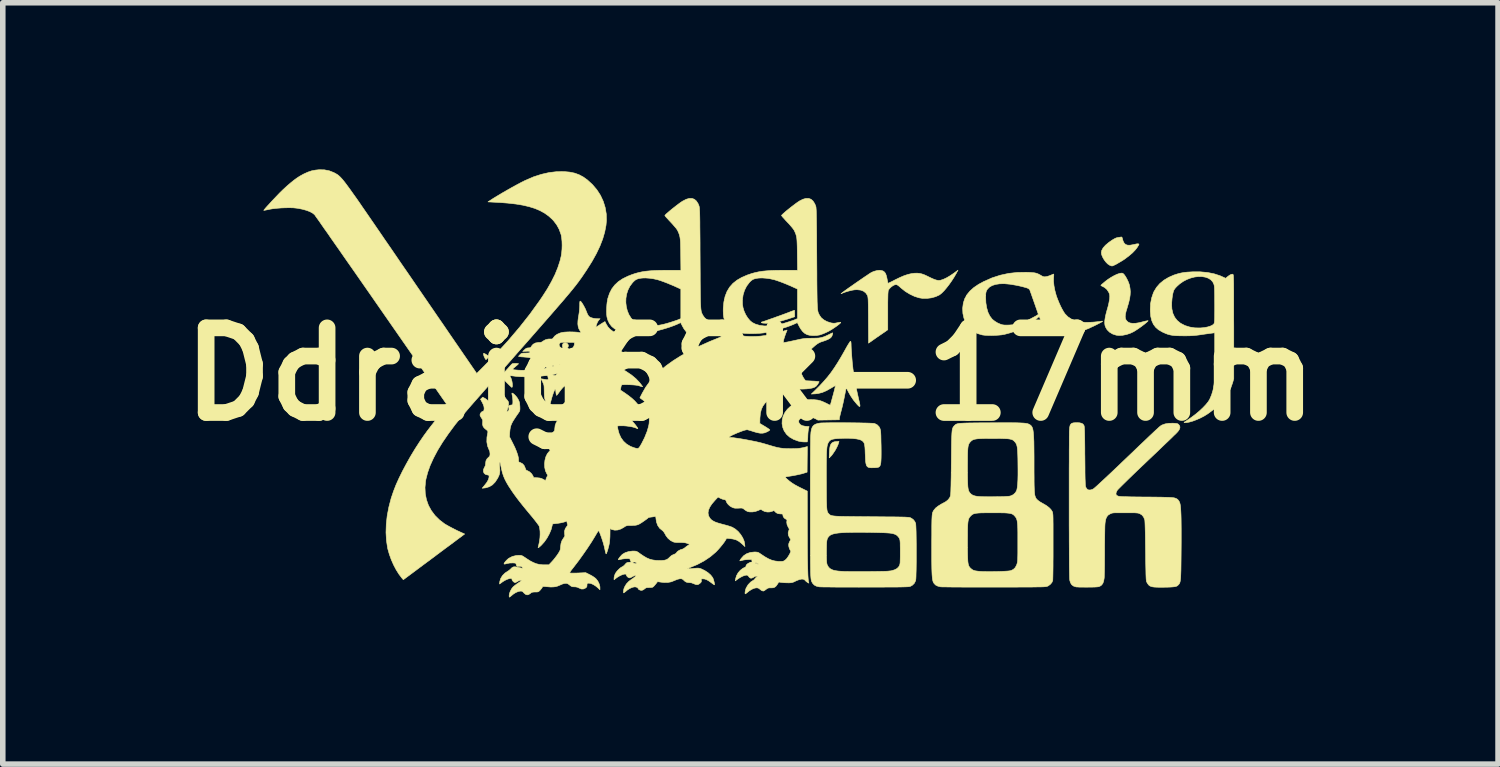
<source format=kicad_pcb>
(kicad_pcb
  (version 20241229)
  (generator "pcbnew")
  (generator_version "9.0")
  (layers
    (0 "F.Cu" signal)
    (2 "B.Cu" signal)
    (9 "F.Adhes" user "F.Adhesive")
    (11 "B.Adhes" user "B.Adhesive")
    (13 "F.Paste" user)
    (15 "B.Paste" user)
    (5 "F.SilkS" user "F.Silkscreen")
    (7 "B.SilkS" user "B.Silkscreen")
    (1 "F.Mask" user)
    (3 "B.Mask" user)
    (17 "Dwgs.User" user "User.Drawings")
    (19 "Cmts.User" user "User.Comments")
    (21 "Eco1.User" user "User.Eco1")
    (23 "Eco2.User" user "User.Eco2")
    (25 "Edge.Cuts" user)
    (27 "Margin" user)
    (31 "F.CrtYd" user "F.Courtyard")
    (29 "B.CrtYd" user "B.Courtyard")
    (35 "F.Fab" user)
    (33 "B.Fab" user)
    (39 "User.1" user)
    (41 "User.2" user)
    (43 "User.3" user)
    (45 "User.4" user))
  (footprint "Ddraig68k-17mm"
    (layer "F.Cu")
    (at 10.458 3.686)
    (property "Reference" "Ddraig68k-17mm" (at 0 0 0) (layer "F.SilkS") (effects (font (size 1.524 1.524) (thickness 0.3))))
    (attr through_hole)
    (fp_poly (pts (xy -3.321 -0.565) (xy -3.297 -0.553) (xy -3.281 -0.532) (xy -3.277 -0.512) (xy -3.284 -0.487) (xy -3.302 -0.468) (xy -3.326 -0.459) (xy -3.351 -0.459) (xy -3.373 -0.473) (xy -3.384 -0.496) (xy -3.385 -0.523) (xy -3.376 -0.547) (xy -3.371 -0.553) (xy -3.347 -0.565) (xy -3.321 -0.565)) (stroke (width 0.01) (type solid)) (fill yes) (layer "F.SilkS"))
    (fp_poly (pts (xy -4.792 -0.374) (xy -4.772 -0.364) (xy -4.751 -0.351) (xy -4.707 -0.321) (xy -4.731 -0.292) (xy -4.746 -0.274) (xy -4.758 -0.264) (xy -4.76 -0.262) (xy -4.767 -0.269) (xy -4.778 -0.286) (xy -4.782 -0.294) (xy -4.797 -0.327) (xy -4.804 -0.354) (xy -4.805 -0.372) (xy -4.802 -0.376) (xy -4.792 -0.374)) (stroke (width 0.01) (type solid)) (fill yes) (layer "F.SilkS"))
    (fp_poly (pts (xy 1.588 1.233) (xy 1.575 1.272) (xy 1.553 1.319) (xy 1.526 1.369) (xy 1.495 1.416) (xy 1.465 1.458) (xy 1.442 1.483) (xy 1.418 1.506) (xy 1.42 1.428) (xy 1.424 1.361) (xy 1.431 1.309) (xy 1.443 1.27) (xy 1.461 1.243) (xy 1.485 1.225) (xy 1.517 1.215) (xy 1.542 1.212) (xy 1.594 1.209) (xy 1.588 1.233)) (stroke (width 0.01) (type solid)) (fill yes) (layer "F.SilkS"))
    (fp_poly (pts (xy 0.794 -1.144) (xy 0.795 -1.123) (xy 0.796 -1.095) (xy 0.796 -1.093) (xy 0.796 -1.034) (xy 0.667 -0.992) (xy 0.557 -0.959) (xy 0.455 -0.936) (xy 0.362 -0.922) (xy 0.281 -0.917) (xy 0.226 -0.92) (xy 0.206 -0.924) (xy 0.195 -0.93) (xy 0.195 -0.932) (xy 0.201 -0.94) (xy 0.203 -0.94) (xy 0.214 -0.943) (xy 0.238 -0.95) (xy 0.273 -0.962) (xy 0.317 -0.978) (xy 0.368 -0.996) (xy 0.423 -1.015) (xy 0.48 -1.036) (xy 0.537 -1.056) (xy 0.591 -1.076) (xy 0.64 -1.094) (xy 0.682 -1.11) (xy 0.693 -1.114) (xy 0.73 -1.129) (xy 0.761 -1.14) (xy 0.783 -1.148) (xy 0.792 -1.151) (xy 0.792 -1.151) (xy 0.794 -1.144)) (stroke (width 0.01) (type solid)) (fill yes) (layer "F.SilkS"))
    (fp_poly (pts (xy 6.69 -2.46) (xy 6.693 -2.45) (xy 6.708 -2.397) (xy 6.727 -2.36) (xy 6.753 -2.335) (xy 6.788 -2.323) (xy 6.832 -2.322) (xy 6.888 -2.332) (xy 6.908 -2.336) (xy 6.95 -2.346) (xy 6.978 -2.348) (xy 6.992 -2.343) (xy 6.993 -2.337) (xy 6.989 -2.327) (xy 6.977 -2.307) (xy 6.961 -2.282) (xy 6.959 -2.278) (xy 6.923 -2.233) (xy 6.877 -2.185) (xy 6.817 -2.134) (xy 6.744 -2.078) (xy 6.71 -2.055) (xy 6.671 -2.031) (xy 6.63 -2.007) (xy 6.591 -1.984) (xy 6.555 -1.966) (xy 6.527 -1.953) (xy 6.51 -1.948) (xy 6.508 -1.948) (xy 6.495 -1.951) (xy 6.473 -1.959) (xy 6.464 -1.963) (xy 6.431 -1.985) (xy 6.398 -2.019) (xy 6.367 -2.06) (xy 6.341 -2.105) (xy 6.323 -2.148) (xy 6.316 -2.186) (xy 6.316 -2.188) (xy 6.324 -2.23) (xy 6.349 -2.275) (xy 6.391 -2.322) (xy 6.449 -2.371) (xy 6.509 -2.413) (xy 6.549 -2.437) (xy 6.585 -2.454) (xy 6.606 -2.459) (xy 6.635 -2.464) (xy 6.661 -2.468) (xy 6.665 -2.469) (xy 6.682 -2.47) (xy 6.69 -2.46)) (stroke (width 0.01) (type solid)) (fill yes) (layer "F.SilkS"))
    (fp_poly (pts (xy 6.703 -1.816) (xy 6.717 -1.804) (xy 6.73 -1.79) (xy 6.753 -1.757) (xy 6.777 -1.714) (xy 6.799 -1.668) (xy 6.816 -1.623) (xy 6.823 -1.6) (xy 6.833 -1.543) (xy 6.838 -1.486) (xy 6.835 -1.427) (xy 6.826 -1.363) (xy 6.809 -1.29) (xy 6.784 -1.206) (xy 6.782 -1.198) (xy 6.762 -1.133) (xy 6.75 -1.081) (xy 6.746 -1.039) (xy 6.749 -1.006) (xy 6.76 -0.979) (xy 6.779 -0.955) (xy 6.802 -0.936) (xy 6.834 -0.922) (xy 6.878 -0.916) (xy 6.932 -0.917) (xy 6.995 -0.927) (xy 7.032 -0.936) (xy 7.07 -0.946) (xy 7.105 -0.955) (xy 7.132 -0.96) (xy 7.142 -0.962) (xy 7.155 -0.964) (xy 7.159 -0.962) (xy 7.153 -0.954) (xy 7.136 -0.938) (xy 7.129 -0.932) (xy 7.096 -0.904) (xy 7.053 -0.871) (xy 7.006 -0.837) (xy 6.958 -0.804) (xy 6.914 -0.776) (xy 6.894 -0.764) (xy 6.834 -0.736) (xy 6.767 -0.714) (xy 6.7 -0.701) (xy 6.637 -0.697) (xy 6.583 -0.703) (xy 6.519 -0.724) (xy 6.464 -0.757) (xy 6.42 -0.801) (xy 6.392 -0.849) (xy 6.381 -0.882) (xy 6.377 -0.92) (xy 6.378 -0.965) (xy 6.386 -1.019) (xy 6.4 -1.084) (xy 6.421 -1.163) (xy 6.422 -1.164) (xy 6.438 -1.222) (xy 6.451 -1.277) (xy 6.46 -1.325) (xy 6.466 -1.361) (xy 6.466 -1.364) (xy 6.468 -1.4) (xy 6.466 -1.426) (xy 6.461 -1.449) (xy 6.449 -1.476) (xy 6.449 -1.476) (xy 6.418 -1.524) (xy 6.374 -1.562) (xy 6.333 -1.583) (xy 6.316 -1.592) (xy 6.308 -1.599) (xy 6.308 -1.6) (xy 6.314 -1.607) (xy 6.331 -1.623) (xy 6.356 -1.644) (xy 6.386 -1.669) (xy 6.386 -1.67) (xy 6.437 -1.708) (xy 6.491 -1.743) (xy 6.546 -1.774) (xy 6.596 -1.798) (xy 6.64 -1.813) (xy 6.663 -1.818) (xy 6.687 -1.82) (xy 6.703 -1.816)) (stroke (width 0.01) (type solid)) (fill yes) (layer "F.SilkS"))
    (fp_poly (pts (xy 3.705 -1.815) (xy 3.665 -1.746) (xy 3.621 -1.678) (xy 3.575 -1.613) (xy 3.529 -1.554) (xy 3.485 -1.502) (xy 3.444 -1.461) (xy 3.408 -1.432) (xy 3.399 -1.426) (xy 3.333 -1.396) (xy 3.258 -1.375) (xy 3.178 -1.365) (xy 3.099 -1.365) (xy 3.037 -1.375) (xy 2.954 -1.401) (xy 2.87 -1.441) (xy 2.789 -1.49) (xy 2.716 -1.548) (xy 2.71 -1.553) (xy 2.678 -1.582) (xy 2.653 -1.601) (xy 2.635 -1.611) (xy 2.618 -1.613) (xy 2.6 -1.61) (xy 2.594 -1.608) (xy 2.563 -1.593) (xy 2.53 -1.568) (xy 2.501 -1.539) (xy 2.484 -1.514) (xy 2.481 -1.506) (xy 2.479 -1.492) (xy 2.477 -1.471) (xy 2.475 -1.442) (xy 2.474 -1.404) (xy 2.473 -1.354) (xy 2.472 -1.291) (xy 2.472 -1.214) (xy 2.472 -1.146) (xy 2.472 -0.8) (xy 2.36 -0.722) (xy 2.316 -0.692) (xy 2.271 -0.661) (xy 2.23 -0.632) (xy 2.196 -0.608) (xy 2.187 -0.602) (xy 2.126 -0.559) (xy 2.123 -0.972) (xy 2.123 -1.066) (xy 2.122 -1.145) (xy 2.122 -1.21) (xy 2.121 -1.263) (xy 2.12 -1.305) (xy 2.119 -1.338) (xy 2.117 -1.363) (xy 2.115 -1.381) (xy 2.113 -1.396) (xy 2.11 -1.407) (xy 2.106 -1.417) (xy 2.103 -1.424) (xy 2.075 -1.464) (xy 2.035 -1.495) (xy 1.984 -1.514) (xy 1.924 -1.521) (xy 1.88 -1.52) (xy 1.841 -1.514) (xy 1.795 -1.504) (xy 1.747 -1.491) (xy 1.703 -1.477) (xy 1.668 -1.464) (xy 1.658 -1.46) (xy 1.639 -1.451) (xy 1.631 -1.448) (xy 1.634 -1.453) (xy 1.649 -1.465) (xy 1.675 -1.485) (xy 1.714 -1.513) (xy 1.765 -1.55) (xy 1.83 -1.595) (xy 1.881 -1.631) (xy 1.952 -1.68) (xy 2.01 -1.72) (xy 2.058 -1.753) (xy 2.096 -1.778) (xy 2.125 -1.798) (xy 2.149 -1.814) (xy 2.167 -1.825) (xy 2.181 -1.833) (xy 2.194 -1.839) (xy 2.206 -1.844) (xy 2.218 -1.849) (xy 2.229 -1.853) (xy 2.282 -1.867) (xy 2.331 -1.871) (xy 2.374 -1.863) (xy 2.394 -1.854) (xy 2.414 -1.838) (xy 2.43 -1.816) (xy 2.443 -1.784) (xy 2.455 -1.739) (xy 2.461 -1.707) (xy 2.468 -1.675) (xy 2.473 -1.651) (xy 2.476 -1.637) (xy 2.476 -1.636) (xy 2.484 -1.639) (xy 2.504 -1.649) (xy 2.534 -1.663) (xy 2.572 -1.682) (xy 2.6 -1.697) (xy 2.688 -1.74) (xy 2.765 -1.773) (xy 2.834 -1.796) (xy 2.898 -1.811) (xy 2.954 -1.818) (xy 3 -1.819) (xy 3.042 -1.815) (xy 3.084 -1.806) (xy 3.13 -1.79) (xy 3.184 -1.765) (xy 3.208 -1.753) (xy 3.264 -1.726) (xy 3.309 -1.707) (xy 3.345 -1.695) (xy 3.375 -1.689) (xy 3.402 -1.689) (xy 3.424 -1.692) (xy 3.475 -1.709) (xy 3.534 -1.737) (xy 3.598 -1.775) (xy 3.661 -1.818) (xy 3.736 -1.873) (xy 3.705 -1.815)) (stroke (width 0.01) (type solid)) (fill yes) (layer "F.SilkS"))
    (fp_poly (pts (xy 1.807 -0.588) (xy 1.81 -0.573) (xy 1.812 -0.544) (xy 1.812 -0.531) (xy 1.813 -0.498) (xy 1.815 -0.452) (xy 1.819 -0.397) (xy 1.823 -0.336) (xy 1.828 -0.274) (xy 1.833 -0.213) (xy 1.839 -0.158) (xy 1.844 -0.113) (xy 1.845 -0.101) (xy 1.859 -0.007) (xy 1.876 0.097) (xy 1.897 0.208) (xy 1.919 0.319) (xy 1.943 0.426) (xy 1.948 0.447) (xy 1.961 0.503) (xy 1.969 0.543) (xy 1.972 0.569) (xy 1.969 0.581) (xy 1.961 0.582) (xy 1.947 0.571) (xy 1.926 0.55) (xy 1.917 0.54) (xy 1.854 0.464) (xy 1.801 0.385) (xy 1.765 0.321) (xy 1.724 0.242) (xy 1.692 0.402) (xy 1.68 0.462) (xy 1.666 0.526) (xy 1.652 0.587) (xy 1.638 0.641) (xy 1.63 0.672) (xy 1.619 0.714) (xy 1.61 0.752) (xy 1.603 0.781) (xy 1.6 0.799) (xy 1.6 0.8) (xy 1.6 0.82) (xy 1.215 0.826) (xy 1.173 0.803) (xy 1.127 0.783) (xy 1.079 0.771) (xy 1.031 0.767) (xy 0.986 0.769) (xy 0.945 0.777) (xy 0.911 0.791) (xy 0.885 0.809) (xy 0.87 0.833) (xy 0.869 0.86) (xy 0.876 0.88) (xy 0.898 0.907) (xy 0.933 0.926) (xy 0.981 0.936) (xy 1 0.938) (xy 1.056 0.942) (xy 1.044 0.99) (xy 1.039 1.023) (xy 1.035 1.065) (xy 1.033 1.102) (xy 1.032 1.137) (xy 1.03 1.169) (xy 1.028 1.192) (xy 1.028 1.193) (xy 1.022 1.219) (xy 0.966 1.219) (xy 0.926 1.216) (xy 0.884 1.209) (xy 0.859 1.203) (xy 0.775 1.172) (xy 0.706 1.132) (xy 0.65 1.082) (xy 0.608 1.022) (xy 0.583 0.962) (xy 0.569 0.891) (xy 0.572 0.821) (xy 0.589 0.754) (xy 0.62 0.69) (xy 0.664 0.631) (xy 0.72 0.578) (xy 0.787 0.533) (xy 0.863 0.497) (xy 0.949 0.471) (xy 0.974 0.465) (xy 1.027 0.459) (xy 1.088 0.457) (xy 1.151 0.459) (xy 1.208 0.465) (xy 1.232 0.47) (xy 1.267 0.48) (xy 1.31 0.497) (xy 1.351 0.516) (xy 1.362 0.521) (xy 1.393 0.537) (xy 1.418 0.549) (xy 1.433 0.556) (xy 1.436 0.556) (xy 1.44 0.547) (xy 1.447 0.525) (xy 1.456 0.492) (xy 1.467 0.452) (xy 1.479 0.407) (xy 1.492 0.361) (xy 1.504 0.316) (xy 1.514 0.275) (xy 1.523 0.241) (xy 1.528 0.217) (xy 1.53 0.207) (xy 1.53 0.206) (xy 1.522 0.209) (xy 1.503 0.219) (xy 1.475 0.235) (xy 1.452 0.249) (xy 1.369 0.296) (xy 1.292 0.329) (xy 1.218 0.347) (xy 1.168 0.353) (xy 1.096 0.357) (xy 1.164 0.291) (xy 1.246 0.209) (xy 1.319 0.13) (xy 1.387 0.052) (xy 1.45 -0.029) (xy 1.51 -0.115) (xy 1.57 -0.208) (xy 1.632 -0.311) (xy 1.698 -0.427) (xy 1.709 -0.447) (xy 1.734 -0.492) (xy 1.757 -0.531) (xy 1.777 -0.562) (xy 1.791 -0.584) (xy 1.8 -0.593) (xy 1.8 -0.593) (xy 1.807 -0.588)) (stroke (width 0.01) (type solid)) (fill yes) (layer "F.SilkS"))
    (fp_poly (pts (xy 5.025 -1.833) (xy 5.074 -1.829) (xy 5.114 -1.825) (xy 5.145 -1.818) (xy 5.173 -1.808) (xy 5.2 -1.795) (xy 5.226 -1.78) (xy 5.254 -1.764) (xy 5.275 -1.756) (xy 5.295 -1.753) (xy 5.315 -1.755) (xy 5.346 -1.761) (xy 5.383 -1.773) (xy 5.405 -1.782) (xy 5.432 -1.793) (xy 5.451 -1.801) (xy 5.459 -1.803) (xy 5.46 -1.796) (xy 5.46 -1.775) (xy 5.458 -1.746) (xy 5.457 -1.738) (xy 5.456 -1.669) (xy 5.464 -1.591) (xy 5.48 -1.507) (xy 5.503 -1.423) (xy 5.507 -1.409) (xy 5.53 -1.347) (xy 5.556 -1.284) (xy 5.584 -1.222) (xy 5.613 -1.166) (xy 5.64 -1.119) (xy 5.663 -1.086) (xy 5.715 -1.033) (xy 5.778 -0.992) (xy 5.852 -0.961) (xy 5.937 -0.942) (xy 6.035 -0.933) (xy 6.146 -0.936) (xy 6.186 -0.939) (xy 6.228 -0.943) (xy 6.268 -0.947) (xy 6.299 -0.951) (xy 6.317 -0.954) (xy 6.333 -0.956) (xy 6.339 -0.954) (xy 6.332 -0.947) (xy 6.313 -0.935) (xy 6.279 -0.917) (xy 6.232 -0.893) (xy 6.21 -0.882) (xy 6.094 -0.827) (xy 5.987 -0.784) (xy 5.886 -0.752) (xy 5.79 -0.73) (xy 5.695 -0.717) (xy 5.647 -0.714) (xy 5.557 -0.714) (xy 5.481 -0.722) (xy 5.418 -0.74) (xy 5.366 -0.767) (xy 5.323 -0.804) (xy 5.308 -0.823) (xy 5.292 -0.847) (xy 5.273 -0.881) (xy 5.252 -0.919) (xy 5.233 -0.958) (xy 5.217 -0.993) (xy 5.206 -1.019) (xy 5.204 -1.025) (xy 5.201 -1.033) (xy 5.196 -1.035) (xy 5.186 -1.029) (xy 5.169 -1.015) (xy 5.142 -0.99) (xy 5.141 -0.989) (xy 5.073 -0.933) (xy 4.99 -0.879) (xy 4.896 -0.83) (xy 4.794 -0.786) (xy 4.686 -0.748) (xy 4.575 -0.718) (xy 4.564 -0.716) (xy 4.519 -0.708) (xy 4.463 -0.703) (xy 4.402 -0.699) (xy 4.338 -0.697) (xy 4.277 -0.698) (xy 4.223 -0.701) (xy 4.18 -0.706) (xy 4.17 -0.708) (xy 4.085 -0.733) (xy 4.012 -0.771) (xy 3.951 -0.821) (xy 3.902 -0.883) (xy 3.878 -0.924) (xy 3.843 -1.009) (xy 3.824 -1.095) (xy 3.82 -1.185) (xy 3.821 -1.197) (xy 3.832 -1.281) (xy 3.857 -1.359) (xy 3.871 -1.383) (xy 4.234 -1.383) (xy 4.238 -1.284) (xy 4.253 -1.194) (xy 4.276 -1.114) (xy 4.309 -1.047) (xy 4.35 -0.993) (xy 4.356 -0.987) (xy 4.399 -0.953) (xy 4.45 -0.922) (xy 4.504 -0.899) (xy 4.538 -0.889) (xy 4.571 -0.885) (xy 4.616 -0.884) (xy 4.668 -0.886) (xy 4.72 -0.89) (xy 4.769 -0.896) (xy 4.8 -0.902) (xy 4.838 -0.912) (xy 4.878 -0.924) (xy 4.902 -0.932) (xy 4.928 -0.943) (xy 4.964 -0.959) (xy 5.005 -0.979) (xy 5.048 -1) (xy 5.089 -1.022) (xy 5.125 -1.041) (xy 5.151 -1.056) (xy 5.165 -1.065) (xy 5.182 -1.08) (xy 5.11 -1.287) (xy 5.09 -1.344) (xy 5.071 -1.397) (xy 5.055 -1.444) (xy 5.041 -1.481) (xy 5.032 -1.507) (xy 5.028 -1.518) (xy 5.02 -1.529) (xy 5.006 -1.54) (xy 4.984 -1.551) (xy 4.952 -1.561) (xy 4.908 -1.573) (xy 4.851 -1.587) (xy 4.779 -1.602) (xy 4.673 -1.62) (xy 4.576 -1.629) (xy 4.49 -1.628) (xy 4.415 -1.617) (xy 4.352 -1.597) (xy 4.302 -1.568) (xy 4.265 -1.53) (xy 4.249 -1.503) (xy 4.241 -1.48) (xy 4.236 -1.451) (xy 4.234 -1.412) (xy 4.234 -1.383) (xy 3.871 -1.383) (xy 3.897 -1.431) (xy 3.951 -1.497) (xy 4.02 -1.559) (xy 4.105 -1.617) (xy 4.199 -1.668) (xy 4.348 -1.734) (xy 4.497 -1.782) (xy 4.648 -1.815) (xy 4.804 -1.832) (xy 4.961 -1.835) (xy 5.025 -1.833)) (stroke (width 0.01) (type solid)) (fill yes) (layer "F.SilkS"))
    (fp_poly (pts (xy 8.098 -1.843) (xy 8.229 -1.831) (xy 8.348 -1.807) (xy 8.455 -1.772) (xy 8.488 -1.757) (xy 8.555 -1.727) (xy 8.585 -1.753) (xy 8.622 -1.781) (xy 8.653 -1.797) (xy 8.677 -1.801) (xy 8.685 -1.798) (xy 8.687 -1.796) (xy 8.689 -1.791) (xy 8.691 -1.784) (xy 8.693 -1.772) (xy 8.694 -1.756) (xy 8.695 -1.734) (xy 8.696 -1.705) (xy 8.697 -1.668) (xy 8.698 -1.622) (xy 8.698 -1.567) (xy 8.699 -1.502) (xy 8.699 -1.425) (xy 8.699 -1.335) (xy 8.699 -1.233) (xy 8.699 -1.116) (xy 8.699 -0.984) (xy 8.7 -0.854) (xy 8.7 0.08) (xy 8.68 0.152) (xy 8.644 0.254) (xy 8.595 0.352) (xy 8.532 0.444) (xy 8.453 0.533) (xy 8.359 0.618) (xy 8.248 0.701) (xy 8.225 0.717) (xy 8.165 0.754) (xy 8.099 0.788) (xy 8.031 0.818) (xy 7.965 0.843) (xy 7.903 0.861) (xy 7.849 0.871) (xy 7.824 0.872) (xy 7.81 0.872) (xy 7.805 0.87) (xy 7.809 0.864) (xy 7.823 0.853) (xy 7.851 0.836) (xy 7.86 0.83) (xy 7.938 0.776) (xy 8.013 0.72) (xy 8.083 0.661) (xy 8.145 0.603) (xy 8.198 0.547) (xy 8.24 0.495) (xy 8.266 0.453) (xy 8.3 0.373) (xy 8.327 0.284) (xy 8.344 0.189) (xy 8.348 0.16) (xy 8.35 0.134) (xy 8.351 0.093) (xy 8.353 0.04) (xy 8.354 -0.024) (xy 8.355 -0.097) (xy 8.356 -0.176) (xy 8.356 -0.259) (xy 8.357 -0.336) (xy 8.357 -0.746) (xy 8.312 -0.74) (xy 8.289 -0.737) (xy 8.253 -0.732) (xy 8.207 -0.726) (xy 8.157 -0.719) (xy 8.12 -0.713) (xy 8.061 -0.705) (xy 8.01 -0.699) (xy 7.961 -0.695) (xy 7.909 -0.692) (xy 7.849 -0.691) (xy 7.794 -0.691) (xy 7.718 -0.692) (xy 7.655 -0.694) (xy 7.603 -0.699) (xy 7.557 -0.707) (xy 7.515 -0.718) (xy 7.472 -0.734) (xy 7.425 -0.755) (xy 7.413 -0.761) (xy 7.347 -0.799) (xy 7.295 -0.844) (xy 7.254 -0.898) (xy 7.225 -0.962) (xy 7.206 -1.038) (xy 7.198 -1.125) (xy 7.197 -1.168) (xy 7.202 -1.264) (xy 7.581 -1.264) (xy 7.586 -1.175) (xy 7.604 -1.095) (xy 7.636 -1.026) (xy 7.681 -0.968) (xy 7.74 -0.919) (xy 7.745 -0.916) (xy 7.822 -0.876) (xy 7.909 -0.849) (xy 8.003 -0.834) (xy 8.101 -0.833) (xy 8.167 -0.839) (xy 8.226 -0.85) (xy 8.276 -0.865) (xy 8.315 -0.883) (xy 8.339 -0.903) (xy 8.339 -0.903) (xy 8.344 -0.91) (xy 8.347 -0.917) (xy 8.35 -0.927) (xy 8.352 -0.942) (xy 8.354 -0.963) (xy 8.355 -0.992) (xy 8.356 -1.031) (xy 8.356 -1.081) (xy 8.357 -1.144) (xy 8.357 -1.222) (xy 8.357 -1.248) (xy 8.356 -1.335) (xy 8.356 -1.407) (xy 8.355 -1.466) (xy 8.354 -1.512) (xy 8.353 -1.548) (xy 8.351 -1.575) (xy 8.348 -1.596) (xy 8.345 -1.611) (xy 8.344 -1.614) (xy 8.322 -1.662) (xy 8.287 -1.7) (xy 8.243 -1.728) (xy 8.189 -1.747) (xy 8.129 -1.757) (xy 8.064 -1.758) (xy 7.996 -1.75) (xy 7.926 -1.732) (xy 7.857 -1.706) (xy 7.79 -1.671) (xy 7.727 -1.627) (xy 7.679 -1.584) (xy 7.654 -1.558) (xy 7.636 -1.536) (xy 7.622 -1.513) (xy 7.612 -1.486) (xy 7.603 -1.451) (xy 7.595 -1.406) (xy 7.589 -1.363) (xy 7.581 -1.264) (xy 7.202 -1.264) (xy 7.203 -1.275) (xy 7.222 -1.373) (xy 7.253 -1.464) (xy 7.265 -1.49) (xy 7.31 -1.564) (xy 7.369 -1.632) (xy 7.442 -1.692) (xy 7.527 -1.743) (xy 7.622 -1.785) (xy 7.638 -1.79) (xy 7.698 -1.809) (xy 7.752 -1.822) (xy 7.808 -1.832) (xy 7.868 -1.838) (xy 7.94 -1.842) (xy 7.955 -1.843) (xy 8.098 -1.843)) (stroke (width 0.01) (type solid)) (fill yes) (layer "F.SilkS"))
    (fp_poly (pts (xy 1.048 -3.165) (xy 1.091 -3.149) (xy 1.127 -3.117) (xy 1.157 -3.07) (xy 1.175 -3.028) (xy 1.177 -3.02) (xy 1.179 -3.01) (xy 1.181 -2.997) (xy 1.182 -2.979) (xy 1.184 -2.957) (xy 1.185 -2.929) (xy 1.186 -2.894) (xy 1.187 -2.851) (xy 1.188 -2.8) (xy 1.189 -2.738) (xy 1.19 -2.665) (xy 1.191 -2.581) (xy 1.192 -2.483) (xy 1.192 -2.372) (xy 1.193 -2.246) (xy 1.194 -2.104) (xy 1.194 -2.083) (xy 1.195 -1.937) (xy 1.196 -1.807) (xy 1.196 -1.692) (xy 1.197 -1.591) (xy 1.198 -1.503) (xy 1.199 -1.427) (xy 1.2 -1.362) (xy 1.201 -1.306) (xy 1.203 -1.26) (xy 1.205 -1.221) (xy 1.207 -1.189) (xy 1.209 -1.163) (xy 1.213 -1.142) (xy 1.216 -1.125) (xy 1.22 -1.11) (xy 1.225 -1.098) (xy 1.231 -1.086) (xy 1.237 -1.074) (xy 1.243 -1.062) (xy 1.274 -1.017) (xy 1.32 -0.979) (xy 1.376 -0.948) (xy 1.44 -0.927) (xy 1.46 -0.922) (xy 1.493 -0.918) (xy 1.524 -0.919) (xy 1.56 -0.926) (xy 1.564 -0.927) (xy 1.593 -0.933) (xy 1.615 -0.936) (xy 1.626 -0.934) (xy 1.624 -0.926) (xy 1.609 -0.911) (xy 1.584 -0.89) (xy 1.552 -0.866) (xy 1.516 -0.841) (xy 1.477 -0.815) (xy 1.438 -0.791) (xy 1.401 -0.77) (xy 1.384 -0.762) (xy 1.343 -0.743) (xy 1.302 -0.726) (xy 1.265 -0.713) (xy 1.248 -0.707) (xy 1.188 -0.697) (xy 1.125 -0.695) (xy 1.066 -0.701) (xy 1.024 -0.711) (xy 0.981 -0.733) (xy 0.941 -0.768) (xy 0.903 -0.818) (xy 0.876 -0.866) (xy 0.844 -0.929) (xy 0.784 -0.901) (xy 0.721 -0.875) (xy 0.646 -0.848) (xy 0.561 -0.821) (xy 0.472 -0.796) (xy 0.382 -0.773) (xy 0.295 -0.754) (xy 0.288 -0.752) (xy 0.232 -0.743) (xy 0.168 -0.737) (xy 0.099 -0.733) (xy 0.029 -0.731) (xy -0.039 -0.732) (xy -0.1 -0.735) (xy -0.152 -0.741) (xy -0.186 -0.748) (xy -0.271 -0.777) (xy -0.34 -0.814) (xy -0.396 -0.858) (xy -0.437 -0.911) (xy -0.449 -0.931) (xy -0.468 -0.977) (xy -0.481 -1.025) (xy -0.488 -1.079) (xy -0.49 -1.144) (xy -0.489 -1.192) (xy -0.478 -1.303) (xy -0.469 -1.343) (xy -0.144 -1.343) (xy -0.143 -1.257) (xy -0.134 -1.201) (xy -0.115 -1.137) (xy -0.086 -1.073) (xy -0.05 -1.015) (xy -0.009 -0.966) (xy 0.032 -0.931) (xy 0.092 -0.901) (xy 0.164 -0.88) (xy 0.246 -0.869) (xy 0.336 -0.868) (xy 0.432 -0.878) (xy 0.498 -0.89) (xy 0.55 -0.902) (xy 0.609 -0.918) (xy 0.67 -0.937) (xy 0.729 -0.956) (xy 0.78 -0.973) (xy 0.806 -0.984) (xy 0.847 -1.001) (xy 0.847 -1.533) (xy 0.781 -1.563) (xy 0.722 -1.59) (xy 0.659 -1.616) (xy 0.596 -1.642) (xy 0.536 -1.665) (xy 0.482 -1.684) (xy 0.439 -1.698) (xy 0.424 -1.702) (xy 0.353 -1.718) (xy 0.28 -1.728) (xy 0.211 -1.733) (xy 0.151 -1.731) (xy 0.127 -1.728) (xy 0.083 -1.72) (xy 0.049 -1.708) (xy 0.022 -1.691) (xy -0.007 -1.665) (xy -0.022 -1.648) (xy -0.07 -1.584) (xy -0.107 -1.51) (xy -0.132 -1.429) (xy -0.144 -1.343) (xy -0.469 -1.343) (xy -0.456 -1.402) (xy -0.422 -1.489) (xy -0.376 -1.566) (xy -0.317 -1.633) (xy -0.243 -1.692) (xy -0.155 -1.743) (xy -0.053 -1.787) (xy -0.042 -1.79) (xy 0.021 -1.812) (xy 0.084 -1.829) (xy 0.148 -1.843) (xy 0.216 -1.854) (xy 0.291 -1.861) (xy 0.375 -1.867) (xy 0.471 -1.87) (xy 0.58 -1.871) (xy 0.595 -1.871) (xy 0.848 -1.871) (xy 0.844 -2.157) (xy 0.843 -2.238) (xy 0.842 -2.305) (xy 0.84 -2.359) (xy 0.838 -2.403) (xy 0.835 -2.439) (xy 0.831 -2.468) (xy 0.825 -2.494) (xy 0.818 -2.518) (xy 0.809 -2.542) (xy 0.797 -2.569) (xy 0.796 -2.573) (xy 0.783 -2.597) (xy 0.762 -2.626) (xy 0.733 -2.661) (xy 0.694 -2.706) (xy 0.667 -2.734) (xy 0.633 -2.77) (xy 0.604 -2.803) (xy 0.58 -2.829) (xy 0.565 -2.848) (xy 0.559 -2.856) (xy 0.559 -2.856) (xy 0.565 -2.866) (xy 0.583 -2.884) (xy 0.61 -2.908) (xy 0.644 -2.938) (xy 0.684 -2.97) (xy 0.725 -3.003) (xy 0.768 -3.036) (xy 0.809 -3.067) (xy 0.846 -3.094) (xy 0.877 -3.114) (xy 0.882 -3.118) (xy 0.944 -3.149) (xy 0.999 -3.165) (xy 1.048 -3.165)) (stroke (width 0.01) (type solid)) (fill yes) (layer "F.SilkS"))
    (fp_poly (pts (xy -1.052 -3.165) (xy -1.009 -3.149) (xy -0.972 -3.117) (xy -0.942 -3.07) (xy -0.925 -3.028) (xy -0.923 -3.02) (xy -0.921 -3.01) (xy -0.919 -2.997) (xy -0.917 -2.979) (xy -0.916 -2.957) (xy -0.914 -2.929) (xy -0.913 -2.894) (xy -0.912 -2.851) (xy -0.911 -2.8) (xy -0.91 -2.738) (xy -0.91 -2.665) (xy -0.909 -2.581) (xy -0.908 -2.483) (xy -0.907 -2.372) (xy -0.907 -2.246) (xy -0.906 -2.104) (xy -0.906 -2.083) (xy -0.905 -1.937) (xy -0.904 -1.807) (xy -0.904 -1.692) (xy -0.903 -1.591) (xy -0.902 -1.503) (xy -0.901 -1.427) (xy -0.9 -1.362) (xy -0.899 -1.306) (xy -0.897 -1.26) (xy -0.895 -1.221) (xy -0.893 -1.189) (xy -0.89 -1.163) (xy -0.887 -1.142) (xy -0.884 -1.125) (xy -0.879 -1.11) (xy -0.875 -1.098) (xy -0.869 -1.086) (xy -0.863 -1.074) (xy -0.857 -1.062) (xy -0.825 -1.017) (xy -0.78 -0.979) (xy -0.724 -0.948) (xy -0.66 -0.927) (xy -0.64 -0.922) (xy -0.606 -0.918) (xy -0.576 -0.919) (xy -0.54 -0.926) (xy -0.536 -0.927) (xy -0.507 -0.933) (xy -0.484 -0.936) (xy -0.473 -0.934) (xy -0.476 -0.926) (xy -0.491 -0.911) (xy -0.516 -0.89) (xy -0.547 -0.866) (xy -0.584 -0.841) (xy -0.623 -0.815) (xy -0.662 -0.791) (xy -0.699 -0.77) (xy -0.715 -0.762) (xy -0.756 -0.743) (xy -0.798 -0.726) (xy -0.835 -0.713) (xy -0.852 -0.707) (xy -0.912 -0.697) (xy -0.974 -0.695) (xy -1.034 -0.701) (xy -1.075 -0.711) (xy -1.119 -0.733) (xy -1.159 -0.768) (xy -1.197 -0.818) (xy -1.224 -0.866) (xy -1.256 -0.929) (xy -1.316 -0.901) (xy -1.379 -0.875) (xy -1.454 -0.848) (xy -1.539 -0.821) (xy -1.628 -0.796) (xy -1.718 -0.773) (xy -1.805 -0.754) (xy -1.812 -0.752) (xy -1.867 -0.743) (xy -1.931 -0.737) (xy -2 -0.733) (xy -2.071 -0.731) (xy -2.138 -0.732) (xy -2.2 -0.735) (xy -2.252 -0.741) (xy -2.286 -0.748) (xy -2.37 -0.777) (xy -2.44 -0.814) (xy -2.495 -0.858) (xy -2.537 -0.911) (xy -2.567 -0.974) (xy -2.583 -1.031) (xy -2.588 -1.076) (xy -2.59 -1.131) (xy -2.588 -1.193) (xy -2.584 -1.256) (xy -2.58 -1.29) (xy -2.243 -1.29) (xy -2.234 -1.215) (xy -2.216 -1.142) (xy -2.188 -1.074) (xy -2.15 -1.013) (xy -2.104 -0.962) (xy -2.049 -0.921) (xy -1.986 -0.893) (xy -1.982 -0.892) (xy -1.885 -0.872) (xy -1.781 -0.867) (xy -1.669 -0.878) (xy -1.602 -0.89) (xy -1.55 -0.902) (xy -1.491 -0.918) (xy -1.429 -0.937) (xy -1.371 -0.956) (xy -1.32 -0.973) (xy -1.293 -0.984) (xy -1.253 -1.001) (xy -1.253 -1.533) (xy -1.319 -1.563) (xy -1.378 -1.59) (xy -1.441 -1.616) (xy -1.504 -1.642) (xy -1.564 -1.665) (xy -1.617 -1.684) (xy -1.661 -1.698) (xy -1.675 -1.702) (xy -1.747 -1.718) (xy -1.819 -1.728) (xy -1.889 -1.733) (xy -1.949 -1.731) (xy -1.973 -1.728) (xy -2.017 -1.72) (xy -2.05 -1.708) (xy -2.078 -1.691) (xy -2.106 -1.665) (xy -2.122 -1.648) (xy -2.169 -1.586) (xy -2.204 -1.517) (xy -2.228 -1.444) (xy -2.241 -1.368) (xy -2.243 -1.29) (xy -2.58 -1.29) (xy -2.576 -1.316) (xy -2.567 -1.366) (xy -2.566 -1.367) (xy -2.536 -1.457) (xy -2.495 -1.537) (xy -2.442 -1.606) (xy -2.377 -1.667) (xy -2.297 -1.72) (xy -2.203 -1.766) (xy -2.142 -1.79) (xy -2.078 -1.812) (xy -2.016 -1.829) (xy -1.952 -1.843) (xy -1.883 -1.854) (xy -1.808 -1.861) (xy -1.724 -1.867) (xy -1.629 -1.87) (xy -1.519 -1.871) (xy -1.504 -1.871) (xy -1.252 -1.871) (xy -1.255 -2.157) (xy -1.256 -2.238) (xy -1.258 -2.305) (xy -1.259 -2.359) (xy -1.261 -2.403) (xy -1.265 -2.439) (xy -1.269 -2.468) (xy -1.275 -2.494) (xy -1.282 -2.518) (xy -1.291 -2.542) (xy -1.303 -2.569) (xy -1.304 -2.573) (xy -1.317 -2.597) (xy -1.337 -2.626) (xy -1.367 -2.661) (xy -1.406 -2.706) (xy -1.432 -2.734) (xy -1.466 -2.77) (xy -1.496 -2.803) (xy -1.52 -2.829) (xy -1.535 -2.848) (xy -1.541 -2.856) (xy -1.541 -2.856) (xy -1.534 -2.866) (xy -1.517 -2.884) (xy -1.489 -2.908) (xy -1.455 -2.938) (xy -1.416 -2.97) (xy -1.374 -3.003) (xy -1.332 -3.036) (xy -1.291 -3.067) (xy -1.254 -3.094) (xy -1.223 -3.114) (xy -1.217 -3.118) (xy -1.156 -3.149) (xy -1.101 -3.165) (xy -1.052 -3.165)) (stroke (width 0.01) (type solid)) (fill yes) (layer "F.SilkS"))
    (fp_poly (pts (xy -7.669 -3.679) (xy -7.582 -3.662) (xy -7.5 -3.63) (xy -7.477 -3.618) (xy -7.461 -3.609) (xy -7.446 -3.6) (xy -7.431 -3.591) (xy -7.416 -3.579) (xy -7.401 -3.566) (xy -7.384 -3.55) (xy -7.366 -3.531) (xy -7.345 -3.508) (xy -7.322 -3.48) (xy -7.296 -3.447) (xy -7.266 -3.407) (xy -7.232 -3.361) (xy -7.193 -3.307) (xy -7.149 -3.245) (xy -7.099 -3.175) (xy -7.043 -3.095) (xy -6.981 -3.004) (xy -6.911 -2.903) (xy -6.834 -2.791) (xy -6.748 -2.666) (xy -6.654 -2.529) (xy -6.583 -2.425) (xy -6.491 -2.292) (xy -6.395 -2.152) (xy -6.297 -2.008) (xy -6.196 -1.862) (xy -6.095 -1.715) (xy -5.995 -1.569) (xy -5.896 -1.425) (xy -5.8 -1.285) (xy -5.708 -1.151) (xy -5.621 -1.024) (xy -5.54 -0.907) (xy -5.467 -0.8) (xy -5.404 -0.708) (xy -4.927 -0.014) (xy -4.813 -0.128) (xy -4.579 -0.366) (xy -4.361 -0.604) (xy -4.158 -0.843) (xy -3.97 -1.081) (xy -3.798 -1.319) (xy -3.745 -1.397) (xy -3.655 -1.537) (xy -3.58 -1.67) (xy -3.517 -1.796) (xy -3.467 -1.919) (xy -3.428 -2.038) (xy -3.407 -2.125) (xy -3.398 -2.184) (xy -3.392 -2.251) (xy -3.39 -2.321) (xy -3.392 -2.391) (xy -3.398 -2.454) (xy -3.407 -2.507) (xy -3.41 -2.517) (xy -3.443 -2.608) (xy -3.486 -2.687) (xy -3.541 -2.76) (xy -3.567 -2.788) (xy -3.633 -2.848) (xy -3.706 -2.9) (xy -3.788 -2.945) (xy -3.88 -2.984) (xy -3.983 -3.016) (xy -4.098 -3.043) (xy -4.227 -3.064) (xy -4.369 -3.08) (xy -4.527 -3.092) (xy -4.531 -3.092) (xy -4.724 -3.102) (xy -4.684 -3.129) (xy -4.624 -3.168) (xy -4.551 -3.212) (xy -4.471 -3.26) (xy -4.386 -3.309) (xy -4.3 -3.358) (xy -4.216 -3.404) (xy -4.138 -3.446) (xy -4.069 -3.481) (xy -4.051 -3.489) (xy -3.906 -3.552) (xy -3.764 -3.598) (xy -3.624 -3.63) (xy -3.486 -3.646) (xy -3.35 -3.647) (xy -3.252 -3.638) (xy -3.165 -3.62) (xy -3.085 -3.591) (xy -3.01 -3.551) (xy -2.937 -3.499) (xy -2.844 -3.414) (xy -2.765 -3.321) (xy -2.7 -3.221) (xy -2.65 -3.114) (xy -2.615 -3.002) (xy -2.595 -2.885) (xy -2.592 -2.766) (xy -2.6 -2.679) (xy -2.623 -2.56) (xy -2.659 -2.436) (xy -2.709 -2.307) (xy -2.773 -2.172) (xy -2.852 -2.03) (xy -2.945 -1.882) (xy -3.015 -1.778) (xy -3.032 -1.753) (xy -3.048 -1.73) (xy -3.065 -1.707) (xy -3.081 -1.685) (xy -3.097 -1.662) (xy -3.115 -1.639) (xy -3.133 -1.615) (xy -3.153 -1.589) (xy -3.176 -1.561) (xy -3.2 -1.53) (xy -3.228 -1.497) (xy -3.258 -1.46) (xy -3.293 -1.419) (xy -3.331 -1.374) (xy -3.373 -1.324) (xy -3.421 -1.269) (xy -3.473 -1.209) (xy -3.531 -1.142) (xy -3.595 -1.068) (xy -3.665 -0.988) (xy -3.742 -0.9) (xy -3.826 -0.804) (xy -3.918 -0.699) (xy -4.017 -0.586) (xy -4.125 -0.464) (xy -4.242 -0.331) (xy -4.367 -0.188) (xy -4.502 -0.035) (xy -4.647 0.13) (xy -4.802 0.306) (xy -4.968 0.494) (xy -5.032 0.567) (xy -5.182 0.742) (xy -5.317 0.909) (xy -5.436 1.07) (xy -5.541 1.223) (xy -5.631 1.37) (xy -5.705 1.51) (xy -5.765 1.642) (xy -5.81 1.768) (xy -5.841 1.888) (xy -5.847 1.921) (xy -5.858 2.038) (xy -5.853 2.151) (xy -5.832 2.258) (xy -5.796 2.36) (xy -5.744 2.455) (xy -5.677 2.544) (xy -5.596 2.624) (xy -5.504 2.694) (xy -5.473 2.712) (xy -5.431 2.736) (xy -5.38 2.763) (xy -5.326 2.791) (xy -5.27 2.819) (xy -5.218 2.843) (xy -5.173 2.863) (xy -5.144 2.876) (xy -5.41 3.075) (xy -5.482 3.128) (xy -5.564 3.189) (xy -5.651 3.254) (xy -5.74 3.321) (xy -5.828 3.386) (xy -5.91 3.447) (xy -5.962 3.486) (xy -6.248 3.699) (xy -6.275 3.668) (xy -6.326 3.601) (xy -6.376 3.522) (xy -6.423 3.433) (xy -6.465 3.338) (xy -6.5 3.241) (xy -6.527 3.147) (xy -6.532 3.124) (xy -6.552 2.99) (xy -6.56 2.848) (xy -6.555 2.699) (xy -6.538 2.545) (xy -6.508 2.389) (xy -6.467 2.232) (xy -6.424 2.105) (xy -6.38 1.992) (xy -6.325 1.87) (xy -6.262 1.742) (xy -6.191 1.609) (xy -6.116 1.475) (xy -6.036 1.343) (xy -5.954 1.216) (xy -5.872 1.096) (xy -5.851 1.068) (xy -5.815 1.018) (xy -5.772 0.962) (xy -5.726 0.903) (xy -5.679 0.843) (xy -5.632 0.785) (xy -5.588 0.731) (xy -5.549 0.684) (xy -5.516 0.646) (xy -5.501 0.63) (xy -5.447 0.572) (xy -6.637 -1.14) (xy -6.744 -1.294) (xy -6.848 -1.444) (xy -6.95 -1.59) (xy -7.048 -1.731) (xy -7.143 -1.867) (xy -7.234 -1.997) (xy -7.32 -2.12) (xy -7.401 -2.237) (xy -7.477 -2.345) (xy -7.547 -2.445) (xy -7.61 -2.537) (xy -7.668 -2.618) (xy -7.718 -2.69) (xy -7.76 -2.751) (xy -7.795 -2.8) (xy -7.822 -2.837) (xy -7.839 -2.862) (xy -7.848 -2.874) (xy -7.849 -2.874) (xy -7.883 -2.901) (xy -7.931 -2.927) (xy -7.993 -2.95) (xy -8.065 -2.97) (xy -8.146 -2.986) (xy -8.17 -2.989) (xy -8.225 -2.995) (xy -8.293 -2.997) (xy -8.368 -2.996) (xy -8.446 -2.993) (xy -8.523 -2.987) (xy -8.595 -2.979) (xy -8.656 -2.969) (xy -8.657 -2.968) (xy -8.696 -2.96) (xy -8.728 -2.954) (xy -8.751 -2.95) (xy -8.76 -2.949) (xy -8.76 -2.949) (xy -8.756 -2.957) (xy -8.742 -2.974) (xy -8.719 -3.001) (xy -8.69 -3.033) (xy -8.655 -3.071) (xy -8.617 -3.113) (xy -8.577 -3.155) (xy -8.537 -3.197) (xy -8.499 -3.237) (xy -8.464 -3.273) (xy -8.433 -3.303) (xy -8.415 -3.321) (xy -8.342 -3.388) (xy -8.278 -3.443) (xy -8.22 -3.49) (xy -8.167 -3.529) (xy -8.115 -3.563) (xy -8.063 -3.592) (xy -8.039 -3.605) (xy -7.966 -3.638) (xy -7.899 -3.661) (xy -7.831 -3.674) (xy -7.764 -3.681) (xy -7.669 -3.679)) (stroke (width 0.01) (type solid)) (fill yes) (layer "F.SilkS"))
    (fp_poly (pts (xy 5.921 0.874) (xy 5.957 0.882) (xy 5.983 0.895) (xy 6 0.916) (xy 6.001 0.917) (xy 6.004 0.924) (xy 6.007 0.933) (xy 6.009 0.946) (xy 6.011 0.963) (xy 6.012 0.987) (xy 6.014 1.019) (xy 6.015 1.059) (xy 6.016 1.109) (xy 6.017 1.171) (xy 6.018 1.245) (xy 6.019 1.333) (xy 6.019 1.436) (xy 6.02 1.477) (xy 6.021 1.587) (xy 6.022 1.68) (xy 6.022 1.76) (xy 6.023 1.826) (xy 6.024 1.88) (xy 6.026 1.924) (xy 6.027 1.958) (xy 6.028 1.984) (xy 6.03 2.004) (xy 6.032 2.018) (xy 6.035 2.028) (xy 6.038 2.035) (xy 6.038 2.037) (xy 6.052 2.058) (xy 6.066 2.074) (xy 6.067 2.074) (xy 6.09 2.084) (xy 6.122 2.083) (xy 6.158 2.072) (xy 6.174 2.063) (xy 6.186 2.054) (xy 6.209 2.034) (xy 6.242 2.005) (xy 6.284 1.966) (xy 6.335 1.919) (xy 6.393 1.865) (xy 6.457 1.805) (xy 6.527 1.739) (xy 6.601 1.669) (xy 6.678 1.595) (xy 6.723 1.552) (xy 6.826 1.454) (xy 6.918 1.366) (xy 6.998 1.289) (xy 7.069 1.222) (xy 7.13 1.164) (xy 7.183 1.113) (xy 7.228 1.071) (xy 7.266 1.035) (xy 7.297 1.006) (xy 7.323 0.983) (xy 7.343 0.964) (xy 7.359 0.949) (xy 7.372 0.939) (xy 7.382 0.931) (xy 7.39 0.925) (xy 7.396 0.921) (xy 7.402 0.918) (xy 7.407 0.915) (xy 7.465 0.894) (xy 7.535 0.883) (xy 7.609 0.882) (xy 7.647 0.884) (xy 7.672 0.887) (xy 7.69 0.892) (xy 7.703 0.9) (xy 7.708 0.905) (xy 7.728 0.933) (xy 7.731 0.964) (xy 7.717 1) (xy 7.694 1.032) (xy 7.682 1.045) (xy 7.66 1.068) (xy 7.626 1.1) (xy 7.584 1.142) (xy 7.533 1.191) (xy 7.474 1.247) (xy 7.409 1.309) (xy 7.339 1.377) (xy 7.264 1.448) (xy 7.186 1.522) (xy 7.14 1.566) (xy 7.044 1.657) (xy 6.956 1.741) (xy 6.876 1.818) (xy 6.806 1.886) (xy 6.745 1.946) (xy 6.694 1.996) (xy 6.653 2.037) (xy 6.623 2.067) (xy 6.605 2.087) (xy 6.6 2.094) (xy 6.583 2.13) (xy 6.579 2.157) (xy 6.588 2.176) (xy 6.61 2.191) (xy 6.619 2.194) (xy 6.63 2.197) (xy 6.645 2.199) (xy 6.665 2.201) (xy 6.693 2.203) (xy 6.728 2.204) (xy 6.774 2.205) (xy 6.83 2.207) (xy 6.898 2.208) (xy 6.98 2.209) (xy 7.077 2.21) (xy 7.125 2.21) (xy 7.23 2.211) (xy 7.32 2.212) (xy 7.395 2.213) (xy 7.458 2.215) (xy 7.51 2.216) (xy 7.552 2.218) (xy 7.585 2.22) (xy 7.611 2.223) (xy 7.631 2.226) (xy 7.647 2.231) (xy 7.66 2.236) (xy 7.672 2.242) (xy 7.683 2.249) (xy 7.685 2.25) (xy 7.7 2.265) (xy 7.716 2.288) (xy 7.722 2.3) (xy 7.729 2.318) (xy 7.735 2.342) (xy 7.74 2.375) (xy 7.744 2.416) (xy 7.747 2.466) (xy 7.75 2.528) (xy 7.752 2.6) (xy 7.753 2.685) (xy 7.754 2.784) (xy 7.754 2.896) (xy 7.754 3.024) (xy 7.753 3.158) (xy 7.752 3.272) (xy 7.751 3.37) (xy 7.75 3.454) (xy 7.749 3.525) (xy 7.747 3.584) (xy 7.745 3.632) (xy 7.743 3.671) (xy 7.739 3.702) (xy 7.736 3.726) (xy 7.731 3.745) (xy 7.726 3.759) (xy 7.72 3.771) (xy 7.712 3.781) (xy 7.708 3.786) (xy 7.694 3.8) (xy 7.68 3.811) (xy 7.662 3.819) (xy 7.639 3.824) (xy 7.608 3.828) (xy 7.567 3.831) (xy 7.514 3.833) (xy 7.462 3.834) (xy 7.387 3.835) (xy 7.327 3.834) (xy 7.279 3.832) (xy 7.242 3.828) (xy 7.214 3.821) (xy 7.192 3.812) (xy 7.175 3.8) (xy 7.164 3.789) (xy 7.145 3.762) (xy 7.13 3.734) (xy 7.128 3.728) (xy 7.126 3.714) (xy 7.123 3.688) (xy 7.121 3.649) (xy 7.119 3.597) (xy 7.118 3.531) (xy 7.116 3.45) (xy 7.114 3.354) (xy 7.113 3.242) (xy 7.112 3.171) (xy 7.11 3.044) (xy 7.109 2.935) (xy 7.107 2.842) (xy 7.105 2.765) (xy 7.103 2.704) (xy 7.101 2.659) (xy 7.099 2.63) (xy 7.096 2.616) (xy 7.076 2.569) (xy 7.047 2.534) (xy 7.012 2.512) (xy 6.999 2.507) (xy 6.986 2.502) (xy 6.971 2.499) (xy 6.95 2.497) (xy 6.923 2.495) (xy 6.887 2.494) (xy 6.839 2.494) (xy 6.777 2.494) (xy 6.744 2.494) (xy 6.676 2.494) (xy 6.622 2.494) (xy 6.581 2.494) (xy 6.55 2.495) (xy 6.528 2.497) (xy 6.511 2.5) (xy 6.497 2.504) (xy 6.485 2.509) (xy 6.473 2.515) (xy 6.439 2.536) (xy 6.415 2.565) (xy 6.398 2.603) (xy 6.387 2.654) (xy 6.384 2.677) (xy 6.382 2.699) (xy 6.38 2.737) (xy 6.379 2.787) (xy 6.378 2.849) (xy 6.377 2.919) (xy 6.376 2.997) (xy 6.375 3.08) (xy 6.375 3.166) (xy 6.375 3.175) (xy 6.375 3.261) (xy 6.374 3.344) (xy 6.374 3.422) (xy 6.373 3.492) (xy 6.372 3.554) (xy 6.37 3.605) (xy 6.369 3.643) (xy 6.368 3.666) (xy 6.368 3.667) (xy 6.358 3.724) (xy 6.343 3.766) (xy 6.32 3.796) (xy 6.294 3.814) (xy 6.282 3.819) (xy 6.269 3.824) (xy 6.252 3.827) (xy 6.228 3.829) (xy 6.196 3.831) (xy 6.153 3.832) (xy 6.096 3.832) (xy 6.075 3.833) (xy 6.018 3.833) (xy 5.966 3.832) (xy 5.921 3.832) (xy 5.886 3.83) (xy 5.863 3.829) (xy 5.859 3.828) (xy 5.815 3.813) (xy 5.783 3.789) (xy 5.761 3.753) (xy 5.748 3.71) (xy 5.747 3.699) (xy 5.745 3.679) (xy 5.744 3.65) (xy 5.743 3.611) (xy 5.742 3.561) (xy 5.741 3.501) (xy 5.74 3.429) (xy 5.74 3.345) (xy 5.739 3.248) (xy 5.739 3.138) (xy 5.738 3.014) (xy 5.738 2.875) (xy 5.737 2.721) (xy 5.737 2.551) (xy 5.737 2.382) (xy 5.737 2.235) (xy 5.737 2.091) (xy 5.737 1.952) (xy 5.737 1.818) (xy 5.737 1.692) (xy 5.738 1.573) (xy 5.738 1.462) (xy 5.738 1.361) (xy 5.739 1.271) (xy 5.739 1.193) (xy 5.739 1.127) (xy 5.74 1.076) (xy 5.74 1.038) (xy 5.741 1.017) (xy 5.741 1.015) (xy 5.745 0.962) (xy 5.753 0.924) (xy 5.766 0.899) (xy 5.786 0.883) (xy 5.816 0.875) (xy 5.857 0.872) (xy 5.871 0.872) (xy 5.921 0.874)) (stroke (width 0.01) (type solid)) (fill yes) (layer "F.SilkS"))
    (fp_poly (pts (xy 1.642 0.873) (xy 1.723 0.874) (xy 1.804 0.874) (xy 1.884 0.875) (xy 1.96 0.876) (xy 2.031 0.878) (xy 2.094 0.879) (xy 2.149 0.881) (xy 2.192 0.883) (xy 2.222 0.885) (xy 2.237 0.888) (xy 2.282 0.911) (xy 2.316 0.946) (xy 2.333 0.98) (xy 2.337 0.994) (xy 2.341 1.011) (xy 2.344 1.034) (xy 2.346 1.063) (xy 2.348 1.102) (xy 2.349 1.152) (xy 2.35 1.216) (xy 2.352 1.287) (xy 2.353 1.376) (xy 2.353 1.449) (xy 2.352 1.508) (xy 2.35 1.555) (xy 2.347 1.592) (xy 2.342 1.619) (xy 2.336 1.64) (xy 2.328 1.655) (xy 2.319 1.665) (xy 2.306 1.673) (xy 2.287 1.678) (xy 2.257 1.682) (xy 2.224 1.683) (xy 2.181 1.684) (xy 2.148 1.682) (xy 2.122 1.676) (xy 2.103 1.663) (xy 2.089 1.643) (xy 2.08 1.612) (xy 2.073 1.571) (xy 2.07 1.515) (xy 2.067 1.445) (xy 2.066 1.435) (xy 2.064 1.369) (xy 2.061 1.317) (xy 2.056 1.278) (xy 2.05 1.249) (xy 2.04 1.228) (xy 2.027 1.212) (xy 2.011 1.198) (xy 1.992 1.187) (xy 1.958 1.174) (xy 1.908 1.164) (xy 1.845 1.157) (xy 1.77 1.153) (xy 1.684 1.153) (xy 1.634 1.155) (xy 1.569 1.158) (xy 1.518 1.163) (xy 1.48 1.17) (xy 1.451 1.18) (xy 1.429 1.195) (xy 1.412 1.214) (xy 1.398 1.238) (xy 1.392 1.253) (xy 1.386 1.271) (xy 1.381 1.292) (xy 1.377 1.318) (xy 1.374 1.35) (xy 1.371 1.39) (xy 1.369 1.438) (xy 1.368 1.497) (xy 1.367 1.566) (xy 1.366 1.648) (xy 1.366 1.743) (xy 1.366 1.853) (xy 1.367 1.943) (xy 1.367 2.051) (xy 1.368 2.143) (xy 1.368 2.22) (xy 1.369 2.285) (xy 1.371 2.339) (xy 1.372 2.382) (xy 1.375 2.416) (xy 1.378 2.443) (xy 1.382 2.463) (xy 1.387 2.479) (xy 1.393 2.491) (xy 1.4 2.501) (xy 1.409 2.511) (xy 1.413 2.515) (xy 1.421 2.523) (xy 1.429 2.53) (xy 1.438 2.536) (xy 1.449 2.541) (xy 1.464 2.545) (xy 1.483 2.549) (xy 1.508 2.552) (xy 1.539 2.555) (xy 1.578 2.557) (xy 1.627 2.559) (xy 1.685 2.56) (xy 1.754 2.561) (xy 1.836 2.562) (xy 1.932 2.563) (xy 2.042 2.564) (xy 2.167 2.565) (xy 2.176 2.565) (xy 2.299 2.566) (xy 2.406 2.567) (xy 2.499 2.568) (xy 2.578 2.568) (xy 2.645 2.569) (xy 2.701 2.57) (xy 2.746 2.571) (xy 2.783 2.572) (xy 2.812 2.574) (xy 2.835 2.575) (xy 2.852 2.577) (xy 2.865 2.579) (xy 2.875 2.582) (xy 2.882 2.584) (xy 2.885 2.586) (xy 2.928 2.613) (xy 2.959 2.652) (xy 2.974 2.686) (xy 2.976 2.703) (xy 2.978 2.735) (xy 2.98 2.78) (xy 2.982 2.836) (xy 2.983 2.902) (xy 2.984 2.974) (xy 2.985 3.053) (xy 2.985 3.134) (xy 2.985 3.217) (xy 2.985 3.3) (xy 2.985 3.38) (xy 2.984 3.456) (xy 2.983 3.526) (xy 2.981 3.588) (xy 2.98 3.64) (xy 2.978 3.68) (xy 2.975 3.706) (xy 2.974 3.714) (xy 2.951 3.762) (xy 2.916 3.797) (xy 2.885 3.815) (xy 2.878 3.818) (xy 2.87 3.82) (xy 2.86 3.823) (xy 2.846 3.824) (xy 2.828 3.826) (xy 2.805 3.827) (xy 2.774 3.828) (xy 2.737 3.829) (xy 2.69 3.83) (xy 2.634 3.831) (xy 2.567 3.831) (xy 2.488 3.831) (xy 2.396 3.832) (xy 2.291 3.832) (xy 2.17 3.832) (xy 2.066 3.832) (xy 1.951 3.833) (xy 1.841 3.832) (xy 1.735 3.832) (xy 1.637 3.832) (xy 1.546 3.832) (xy 1.464 3.831) (xy 1.393 3.83) (xy 1.334 3.83) (xy 1.288 3.829) (xy 1.256 3.828) (xy 1.239 3.827) (xy 1.238 3.827) (xy 1.187 3.815) (xy 1.148 3.794) (xy 1.119 3.763) (xy 1.11 3.747) (xy 1.101 3.729) (xy 1.095 3.711) (xy 1.091 3.688) (xy 1.088 3.659) (xy 1.085 3.618) (xy 1.083 3.578) (xy 1.082 3.551) (xy 1.082 3.508) (xy 1.081 3.452) (xy 1.08 3.382) (xy 1.08 3.3) (xy 1.079 3.209) (xy 1.079 3.2) (xy 1.368 3.2) (xy 1.368 3.266) (xy 1.369 3.316) (xy 1.37 3.355) (xy 1.372 3.383) (xy 1.375 3.404) (xy 1.378 3.42) (xy 1.383 3.433) (xy 1.404 3.47) (xy 1.43 3.497) (xy 1.467 3.517) (xy 1.481 3.523) (xy 1.502 3.53) (xy 1.526 3.535) (xy 1.555 3.54) (xy 1.589 3.544) (xy 1.632 3.547) (xy 1.683 3.55) (xy 1.744 3.551) (xy 1.816 3.552) (xy 1.902 3.552) (xy 2.002 3.552) (xy 2.091 3.552) (xy 2.188 3.551) (xy 2.27 3.55) (xy 2.337 3.549) (xy 2.393 3.548) (xy 2.437 3.547) (xy 2.473 3.545) (xy 2.501 3.542) (xy 2.523 3.54) (xy 2.54 3.537) (xy 2.543 3.536) (xy 2.596 3.52) (xy 2.636 3.499) (xy 2.665 3.472) (xy 2.678 3.451) (xy 2.684 3.44) (xy 2.688 3.428) (xy 2.691 3.414) (xy 2.694 3.395) (xy 2.695 3.369) (xy 2.696 3.333) (xy 2.697 3.286) (xy 2.697 3.225) (xy 2.697 3.2) (xy 2.697 3.134) (xy 2.696 3.082) (xy 2.696 3.043) (xy 2.694 3.014) (xy 2.692 2.993) (xy 2.689 2.977) (xy 2.685 2.965) (xy 2.68 2.953) (xy 2.678 2.949) (xy 2.659 2.923) (xy 2.636 2.901) (xy 2.63 2.896) (xy 2.612 2.886) (xy 2.593 2.878) (xy 2.57 2.871) (xy 2.543 2.865) (xy 2.509 2.86) (xy 2.468 2.857) (xy 2.417 2.854) (xy 2.354 2.852) (xy 2.279 2.85) (xy 2.189 2.848) (xy 2.134 2.847) (xy 2.006 2.846) (xy 1.895 2.846) (xy 1.798 2.847) (xy 1.714 2.849) (xy 1.644 2.853) (xy 1.584 2.858) (xy 1.535 2.865) (xy 1.495 2.874) (xy 1.463 2.884) (xy 1.439 2.896) (xy 1.42 2.911) (xy 1.416 2.915) (xy 1.402 2.931) (xy 1.39 2.948) (xy 1.382 2.968) (xy 1.376 2.993) (xy 1.372 3.025) (xy 1.37 3.067) (xy 1.369 3.122) (xy 1.368 3.19) (xy 1.368 3.2) (xy 1.079 3.2) (xy 1.079 3.108) (xy 1.079 2.999) (xy 1.078 2.883) (xy 1.078 2.762) (xy 1.078 2.637) (xy 1.078 2.51) (xy 1.078 2.38) (xy 1.078 2.25) (xy 1.078 2.122) (xy 1.078 1.995) (xy 1.078 1.872) (xy 1.079 1.753) (xy 1.079 1.641) (xy 1.079 1.536) (xy 1.08 1.439) (xy 1.08 1.352) (xy 1.081 1.276) (xy 1.082 1.212) (xy 1.082 1.162) (xy 1.083 1.127) (xy 1.084 1.112) (xy 1.089 1.044) (xy 1.098 0.992) (xy 1.113 0.952) (xy 1.135 0.923) (xy 1.165 0.902) (xy 1.205 0.888) (xy 1.253 0.879) (xy 1.276 0.877) (xy 1.314 0.876) (xy 1.363 0.875) (xy 1.423 0.874) (xy 1.49 0.873) (xy 1.564 0.873) (xy 1.642 0.873)) (stroke (width 0.01) (type solid)) (fill yes) (layer "F.SilkS"))
    (fp_poly (pts (xy 4.64 0.873) (xy 4.717 0.874) (xy 4.783 0.874) (xy 4.838 0.876) (xy 4.883 0.878) (xy 4.92 0.88) (xy 4.949 0.883) (xy 4.973 0.887) (xy 4.992 0.891) (xy 5.007 0.897) (xy 5.02 0.903) (xy 5.027 0.907) (xy 5.041 0.917) (xy 5.053 0.928) (xy 5.064 0.942) (xy 5.073 0.96) (xy 5.081 0.983) (xy 5.087 1.012) (xy 5.092 1.048) (xy 5.096 1.093) (xy 5.099 1.147) (xy 5.102 1.212) (xy 5.103 1.289) (xy 5.104 1.379) (xy 5.105 1.483) (xy 5.105 1.603) (xy 5.105 1.651) (xy 5.105 1.76) (xy 5.106 1.854) (xy 5.106 1.933) (xy 5.107 2) (xy 5.109 2.055) (xy 5.111 2.1) (xy 5.114 2.137) (xy 5.117 2.166) (xy 5.122 2.189) (xy 5.128 2.207) (xy 5.135 2.223) (xy 5.143 2.237) (xy 5.153 2.25) (xy 5.155 2.252) (xy 5.177 2.272) (xy 5.211 2.297) (xy 5.256 2.323) (xy 5.262 2.326) (xy 5.324 2.362) (xy 5.372 2.398) (xy 5.408 2.434) (xy 5.43 2.468) (xy 5.434 2.475) (xy 5.437 2.482) (xy 5.439 2.49) (xy 5.441 2.502) (xy 5.443 2.517) (xy 5.445 2.538) (xy 5.446 2.565) (xy 5.447 2.6) (xy 5.447 2.644) (xy 5.448 2.698) (xy 5.448 2.764) (xy 5.448 2.842) (xy 5.448 2.934) (xy 5.448 3.041) (xy 5.448 3.09) (xy 5.448 3.189) (xy 5.448 3.284) (xy 5.447 3.373) (xy 5.447 3.455) (xy 5.446 3.528) (xy 5.445 3.591) (xy 5.444 3.642) (xy 5.443 3.68) (xy 5.442 3.704) (xy 5.442 3.711) (xy 5.426 3.749) (xy 5.397 3.783) (xy 5.36 3.81) (xy 5.349 3.815) (xy 5.342 3.818) (xy 5.335 3.82) (xy 5.325 3.822) (xy 5.313 3.824) (xy 5.296 3.825) (xy 5.274 3.827) (xy 5.245 3.828) (xy 5.21 3.829) (xy 5.167 3.829) (xy 5.115 3.83) (xy 5.053 3.831) (xy 4.98 3.831) (xy 4.895 3.831) (xy 4.797 3.832) (xy 4.685 3.832) (xy 4.559 3.832) (xy 4.416 3.832) (xy 4.39 3.832) (xy 4.265 3.832) (xy 4.145 3.832) (xy 4.03 3.832) (xy 3.921 3.832) (xy 3.82 3.832) (xy 3.728 3.831) (xy 3.646 3.831) (xy 3.574 3.83) (xy 3.515 3.829) (xy 3.47 3.829) (xy 3.439 3.828) (xy 3.423 3.827) (xy 3.423 3.827) (xy 3.371 3.814) (xy 3.332 3.794) (xy 3.303 3.763) (xy 3.294 3.747) (xy 3.288 3.734) (xy 3.283 3.718) (xy 3.279 3.698) (xy 3.275 3.673) (xy 3.272 3.641) (xy 3.269 3.603) (xy 3.267 3.556) (xy 3.265 3.499) (xy 3.264 3.432) (xy 3.263 3.352) (xy 3.263 3.259) (xy 3.263 3.152) (xy 3.263 3.029) (xy 3.263 3.027) (xy 3.907 3.027) (xy 3.907 3.122) (xy 3.908 3.201) (xy 3.909 3.267) (xy 3.911 3.32) (xy 3.913 3.363) (xy 3.917 3.397) (xy 3.922 3.424) (xy 3.929 3.445) (xy 3.937 3.462) (xy 3.947 3.476) (xy 3.959 3.489) (xy 3.964 3.494) (xy 3.988 3.514) (xy 4.012 3.528) (xy 4.043 3.538) (xy 4.083 3.544) (xy 4.119 3.548) (xy 4.16 3.551) (xy 4.212 3.552) (xy 4.271 3.553) (xy 4.335 3.553) (xy 4.401 3.552) (xy 4.466 3.551) (xy 4.529 3.549) (xy 4.584 3.546) (xy 4.632 3.543) (xy 4.667 3.539) (xy 4.688 3.535) (xy 4.732 3.514) (xy 4.767 3.48) (xy 4.792 3.432) (xy 4.798 3.414) (xy 4.802 3.4) (xy 4.805 3.385) (xy 4.808 3.366) (xy 4.81 3.341) (xy 4.811 3.31) (xy 4.812 3.269) (xy 4.813 3.219) (xy 4.813 3.155) (xy 4.813 3.078) (xy 4.813 3.023) (xy 4.813 2.928) (xy 4.813 2.85) (xy 4.812 2.784) (xy 4.81 2.731) (xy 4.807 2.688) (xy 4.803 2.654) (xy 4.798 2.627) (xy 4.791 2.605) (xy 4.783 2.587) (xy 4.772 2.571) (xy 4.76 2.556) (xy 4.757 2.553) (xy 4.743 2.538) (xy 4.728 2.526) (xy 4.71 2.516) (xy 4.688 2.509) (xy 4.659 2.503) (xy 4.622 2.499) (xy 4.575 2.496) (xy 4.517 2.495) (xy 4.445 2.494) (xy 4.36 2.494) (xy 4.274 2.494) (xy 4.203 2.495) (xy 4.145 2.496) (xy 4.099 2.499) (xy 4.062 2.503) (xy 4.033 2.509) (xy 4.011 2.516) (xy 3.993 2.526) (xy 3.977 2.539) (xy 3.962 2.554) (xy 3.96 2.556) (xy 3.948 2.57) (xy 3.938 2.584) (xy 3.93 2.6) (xy 3.923 2.62) (xy 3.918 2.645) (xy 3.914 2.676) (xy 3.911 2.716) (xy 3.909 2.765) (xy 3.908 2.826) (xy 3.908 2.901) (xy 3.907 2.989) (xy 3.907 3.027) (xy 3.263 3.027) (xy 3.263 3.001) (xy 3.264 2.897) (xy 3.264 2.809) (xy 3.264 2.734) (xy 3.265 2.672) (xy 3.266 2.622) (xy 3.268 2.581) (xy 3.27 2.548) (xy 3.273 2.522) (xy 3.276 2.502) (xy 3.281 2.486) (xy 3.287 2.473) (xy 3.293 2.46) (xy 3.301 2.448) (xy 3.305 2.443) (xy 3.334 2.408) (xy 3.379 2.373) (xy 3.435 2.338) (xy 3.467 2.321) (xy 3.521 2.291) (xy 3.56 2.258) (xy 3.587 2.222) (xy 3.598 2.195) (xy 3.601 2.184) (xy 3.603 2.167) (xy 3.605 2.141) (xy 3.607 2.105) (xy 3.608 2.06) (xy 3.61 2.002) (xy 3.611 1.933) (xy 3.613 1.85) (xy 3.614 1.752) (xy 3.615 1.681) (xy 3.907 1.681) (xy 3.907 1.775) (xy 3.908 1.854) (xy 3.909 1.92) (xy 3.911 1.973) (xy 3.913 2.016) (xy 3.917 2.05) (xy 3.922 2.077) (xy 3.928 2.098) (xy 3.936 2.115) (xy 3.946 2.13) (xy 3.957 2.143) (xy 3.959 2.145) (xy 3.976 2.161) (xy 3.996 2.174) (xy 4.021 2.185) (xy 4.051 2.193) (xy 4.09 2.199) (xy 4.138 2.203) (xy 4.197 2.205) (xy 4.269 2.206) (xy 4.355 2.206) (xy 4.415 2.205) (xy 4.491 2.204) (xy 4.552 2.203) (xy 4.599 2.2) (xy 4.636 2.198) (xy 4.663 2.195) (xy 4.683 2.19) (xy 4.687 2.189) (xy 4.733 2.167) (xy 4.769 2.132) (xy 4.787 2.102) (xy 4.797 2.074) (xy 4.804 2.032) (xy 4.81 1.975) (xy 4.814 1.903) (xy 4.816 1.815) (xy 4.816 1.711) (xy 4.815 1.604) (xy 4.814 1.52) (xy 4.812 1.45) (xy 4.809 1.394) (xy 4.806 1.349) (xy 4.802 1.313) (xy 4.796 1.285) (xy 4.788 1.262) (xy 4.779 1.243) (xy 4.767 1.226) (xy 4.757 1.215) (xy 4.743 1.2) (xy 4.728 1.188) (xy 4.71 1.178) (xy 4.687 1.171) (xy 4.659 1.165) (xy 4.622 1.161) (xy 4.575 1.159) (xy 4.516 1.157) (xy 4.445 1.156) (xy 4.36 1.156) (xy 4.274 1.156) (xy 4.203 1.157) (xy 4.145 1.159) (xy 4.098 1.161) (xy 4.062 1.166) (xy 4.033 1.171) (xy 4.01 1.179) (xy 3.992 1.188) (xy 3.976 1.2) (xy 3.963 1.213) (xy 3.95 1.227) (xy 3.94 1.241) (xy 3.931 1.257) (xy 3.924 1.277) (xy 3.918 1.302) (xy 3.914 1.333) (xy 3.911 1.374) (xy 3.909 1.424) (xy 3.908 1.486) (xy 3.908 1.561) (xy 3.907 1.65) (xy 3.907 1.681) (xy 3.615 1.681) (xy 3.615 1.639) (xy 3.616 1.596) (xy 3.617 1.479) (xy 3.618 1.378) (xy 3.619 1.291) (xy 3.62 1.217) (xy 3.622 1.155) (xy 3.624 1.104) (xy 3.626 1.063) (xy 3.629 1.03) (xy 3.632 1.003) (xy 3.637 0.983) (xy 3.642 0.967) (xy 3.648 0.955) (xy 3.655 0.944) (xy 3.663 0.935) (xy 3.669 0.927) (xy 3.679 0.918) (xy 3.688 0.91) (xy 3.697 0.902) (xy 3.71 0.897) (xy 3.725 0.892) (xy 3.746 0.887) (xy 3.772 0.884) (xy 3.806 0.882) (xy 3.848 0.88) (xy 3.9 0.878) (xy 3.962 0.877) (xy 4.038 0.876) (xy 4.126 0.875) (xy 4.229 0.875) (xy 4.322 0.874) (xy 4.443 0.874) (xy 4.549 0.873) (xy 4.64 0.873)) (stroke (width 0.01) (type solid)) (fill yes) (layer "F.SilkS"))
    (fp_poly (pts (xy -3.063 -1.316) (xy -3.049 -1.305) (xy -3.031 -1.281) (xy -3.011 -1.249) (xy -2.99 -1.211) (xy -2.97 -1.172) (xy -2.955 -1.134) (xy -2.954 -1.133) (xy -2.935 -1.085) (xy -2.916 -1.052) (xy -2.904 -1.038) (xy -2.873 -1.02) (xy -2.829 -1.007) (xy -2.779 -1) (xy -2.75 -0.999) (xy -2.706 -0.999) (xy -2.724 -0.98) (xy -2.741 -0.958) (xy -2.754 -0.936) (xy -2.762 -0.916) (xy -2.771 -0.892) (xy -2.778 -0.87) (xy -2.782 -0.853) (xy -2.782 -0.847) (xy -2.774 -0.851) (xy -2.756 -0.862) (xy -2.731 -0.878) (xy -2.729 -0.879) (xy -2.699 -0.899) (xy -2.669 -0.918) (xy -2.649 -0.93) (xy -2.618 -0.948) (xy -2.595 -0.9) (xy -2.565 -0.851) (xy -2.526 -0.809) (xy -2.476 -0.772) (xy -2.421 -0.742) (xy -2.386 -0.725) (xy -2.365 -0.714) (xy -2.354 -0.706) (xy -2.354 -0.7) (xy -2.36 -0.696) (xy -2.361 -0.695) (xy -2.382 -0.677) (xy -2.401 -0.65) (xy -2.412 -0.621) (xy -2.413 -0.61) (xy -2.408 -0.589) (xy -2.396 -0.562) (xy -2.38 -0.535) (xy -2.364 -0.515) (xy -2.357 -0.509) (xy -2.347 -0.499) (xy -2.352 -0.49) (xy -2.369 -0.484) (xy -2.384 -0.483) (xy -2.406 -0.48) (xy -2.413 -0.471) (xy -2.405 -0.458) (xy -2.384 -0.441) (xy -2.349 -0.421) (xy -2.302 -0.397) (xy -2.279 -0.386) (xy -2.215 -0.357) (xy -2.163 -0.331) (xy -2.121 -0.307) (xy -2.084 -0.282) (xy -2.049 -0.254) (xy -2.017 -0.225) (xy -1.982 -0.191) (xy -1.959 -0.167) (xy -1.948 -0.153) (xy -1.948 -0.146) (xy -1.959 -0.146) (xy -1.982 -0.153) (xy -1.988 -0.155) (xy -2.018 -0.162) (xy -2.061 -0.168) (xy -2.111 -0.173) (xy -2.164 -0.175) (xy -2.215 -0.176) (xy -2.26 -0.174) (xy -2.28 -0.172) (xy -2.312 -0.167) (xy -2.308 -0.129) (xy -2.305 -0.106) (xy -2.302 -0.092) (xy -2.301 -0.09) (xy -2.293 -0.085) (xy -2.274 -0.073) (xy -2.248 -0.057) (xy -2.232 -0.047) (xy -2.14 0.015) (xy -2.061 0.081) (xy -1.997 0.148) (xy -1.989 0.158) (xy -1.968 0.185) (xy -1.951 0.208) (xy -1.942 0.222) (xy -1.941 0.225) (xy -1.95 0.224) (xy -1.97 0.219) (xy -1.998 0.211) (xy -1.998 0.21) (xy -2.028 0.202) (xy -2.061 0.197) (xy -2.102 0.193) (xy -2.154 0.19) (xy -2.18 0.189) (xy -2.225 0.188) (xy -2.265 0.188) (xy -2.295 0.189) (xy -2.314 0.191) (xy -2.317 0.192) (xy -2.324 0.204) (xy -2.33 0.227) (xy -2.333 0.243) (xy -2.339 0.286) (xy -2.262 0.337) (xy -2.192 0.387) (xy -2.133 0.434) (xy -2.084 0.479) (xy -2.041 0.527) (xy -2.032 0.539) (xy -2.009 0.568) (xy -1.989 0.594) (xy -1.976 0.613) (xy -1.973 0.618) (xy -1.969 0.627) (xy -1.972 0.629) (xy -1.985 0.625) (xy -2.002 0.617) (xy -2.055 0.599) (xy -2.12 0.586) (xy -2.193 0.578) (xy -2.259 0.576) (xy -2.308 0.576) (xy -2.343 0.578) (xy -2.366 0.581) (xy -2.379 0.587) (xy -2.386 0.597) (xy -2.388 0.61) (xy -2.388 0.614) (xy -2.387 0.626) (xy -2.382 0.637) (xy -2.372 0.648) (xy -2.354 0.663) (xy -2.325 0.684) (xy -2.297 0.704) (xy -2.256 0.733) (xy -2.215 0.765) (xy -2.179 0.795) (xy -2.154 0.817) (xy -2.13 0.842) (xy -2.104 0.872) (xy -2.078 0.902) (xy -2.056 0.931) (xy -2.038 0.956) (xy -2.028 0.973) (xy -2.027 0.98) (xy -2.036 0.979) (xy -2.053 0.972) (xy -2.055 0.971) (xy -2.086 0.959) (xy -2.129 0.948) (xy -2.18 0.939) (xy -2.234 0.932) (xy -2.288 0.928) (xy -2.304 0.928) (xy -2.34 0.928) (xy -2.369 0.929) (xy -2.387 0.931) (xy -2.391 0.932) (xy -2.393 0.943) (xy -2.39 0.966) (xy -2.384 0.997) (xy -2.375 1.032) (xy -2.365 1.066) (xy -2.365 1.067) (xy -2.332 1.141) (xy -2.286 1.205) (xy -2.228 1.258) (xy -2.157 1.3) (xy -2.092 1.324) (xy -2.06 1.333) (xy -2.037 1.337) (xy -2.019 1.333) (xy -2.004 1.321) (xy -1.987 1.297) (xy -1.966 1.261) (xy -1.962 1.255) (xy -1.905 1.142) (xy -1.859 1.027) (xy -1.837 0.95) (xy -1.829 0.917) (xy -1.824 0.887) (xy -1.822 0.856) (xy -1.821 0.819) (xy -1.822 0.771) (xy -1.823 0.758) (xy -1.827 0.685) (xy -1.835 0.625) (xy -1.848 0.577) (xy -1.866 0.537) (xy -1.892 0.503) (xy -1.926 0.472) (xy -1.941 0.461) (xy -1.99 0.425) (xy -1.947 0.341) (xy -1.887 0.236) (xy -1.814 0.134) (xy -1.728 0.035) (xy -1.629 -0.06) (xy -1.517 -0.153) (xy -1.39 -0.244) (xy -1.249 -0.333) (xy -1.092 -0.419) (xy -0.92 -0.505) (xy -0.733 -0.589) (xy -0.529 -0.672) (xy -0.458 -0.7) (xy -0.336 -0.746) (xy -0.293 -0.729) (xy -0.242 -0.711) (xy -0.193 -0.698) (xy -0.14 -0.689) (xy -0.079 -0.683) (xy -0.025 -0.68) (xy 0.079 -0.679) (xy 0.177 -0.685) (xy 0.278 -0.698) (xy 0.349 -0.712) (xy 0.385 -0.72) (xy 0.43 -0.731) (xy 0.48 -0.744) (xy 0.531 -0.757) (xy 0.578 -0.771) (xy 0.617 -0.783) (xy 0.645 -0.792) (xy 0.648 -0.793) (xy 0.659 -0.795) (xy 0.658 -0.787) (xy 0.635 -0.731) (xy 0.617 -0.68) (xy 0.603 -0.636) (xy 0.595 -0.602) (xy 0.593 -0.578) (xy 0.596 -0.57) (xy 0.605 -0.57) (xy 0.629 -0.574) (xy 0.664 -0.58) (xy 0.708 -0.589) (xy 0.759 -0.6) (xy 0.785 -0.606) (xy 0.846 -0.619) (xy 0.894 -0.63) (xy 0.933 -0.637) (xy 0.967 -0.642) (xy 0.998 -0.645) (xy 1.032 -0.647) (xy 1.071 -0.647) (xy 1.109 -0.648) (xy 1.172 -0.649) (xy 1.222 -0.651) (xy 1.264 -0.657) (xy 1.302 -0.667) (xy 1.342 -0.681) (xy 1.386 -0.701) (xy 1.417 -0.716) (xy 1.445 -0.73) (xy 1.466 -0.74) (xy 1.478 -0.745) (xy 1.479 -0.745) (xy 1.481 -0.738) (xy 1.478 -0.721) (xy 1.472 -0.701) (xy 1.464 -0.682) (xy 1.46 -0.674) (xy 1.436 -0.65) (xy 1.397 -0.627) (xy 1.343 -0.605) (xy 1.31 -0.594) (xy 1.267 -0.58) (xy 1.234 -0.565) (xy 1.204 -0.547) (xy 1.172 -0.523) (xy 1.166 -0.518) (xy 1.105 -0.464) (xy 1.049 -0.407) (xy 1.003 -0.352) (xy 0.99 -0.333) (xy 0.947 -0.26) (xy 0.919 -0.188) (xy 0.907 -0.118) (xy 0.909 -0.051) (xy 0.924 0.005) (xy 0.94 0.038) (xy 0.957 0.069) (xy 0.969 0.086) (xy 0.993 0.117) (xy 1.115 0.123) (xy 1.158 0.125) (xy 1.194 0.128) (xy 1.221 0.131) (xy 1.235 0.134) (xy 1.236 0.135) (xy 1.232 0.145) (xy 1.221 0.164) (xy 1.211 0.181) (xy 1.184 0.214) (xy 1.152 0.235) (xy 1.146 0.238) (xy 1.111 0.249) (xy 1.064 0.258) (xy 1.008 0.264) (xy 0.947 0.267) (xy 0.885 0.267) (xy 0.855 0.266) (xy 0.819 0.264) (xy 0.789 0.264) (xy 0.76 0.267) (xy 0.73 0.274) (xy 0.694 0.286) (xy 0.648 0.302) (xy 0.611 0.316) (xy 0.512 0.358) (xy 0.424 0.403) (xy 0.349 0.449) (xy 0.289 0.496) (xy 0.259 0.525) (xy 0.223 0.575) (xy 0.196 0.634) (xy 0.179 0.704) (xy 0.171 0.787) (xy 0.17 0.83) (xy 0.169 0.886) (xy 0.26 0.94) (xy 0.295 0.962) (xy 0.323 0.98) (xy 0.342 0.995) (xy 0.35 1.003) (xy 0.35 1.003) (xy 0.342 1.011) (xy 0.323 1.024) (xy 0.299 1.037) (xy 0.259 1.054) (xy 0.218 1.062) (xy 0.172 1.061) (xy 0.119 1.051) (xy 0.056 1.033) (xy 0.048 1.03) (xy 0.01 1.018) (xy -0.024 1.008) (xy -0.048 1.001) (xy -0.06 0.999) (xy -0.081 1.002) (xy -0.113 1.01) (xy -0.151 1.023) (xy -0.193 1.039) (xy -0.237 1.056) (xy -0.28 1.075) (xy -0.319 1.092) (xy -0.351 1.109) (xy -0.374 1.123) (xy -0.384 1.133) (xy -0.385 1.136) (xy -0.375 1.14) (xy -0.373 1.139) (xy -0.361 1.138) (xy -0.335 1.14) (xy -0.297 1.144) (xy -0.249 1.151) (xy -0.194 1.159) (xy -0.135 1.169) (xy -0.073 1.18) (xy -0.021 1.19) (xy 0.05 1.204) (xy 0.108 1.216) (xy 0.161 1.228) (xy 0.211 1.241) (xy 0.264 1.256) (xy 0.325 1.274) (xy 0.351 1.282) (xy 0.423 1.303) (xy 0.484 1.319) (xy 0.539 1.329) (xy 0.595 1.336) (xy 0.656 1.339) (xy 0.728 1.34) (xy 0.728 1.34) (xy 0.795 1.339) (xy 0.85 1.337) (xy 0.898 1.331) (xy 0.943 1.323) (xy 0.992 1.311) (xy 1.006 1.307) (xy 1.025 1.302) (xy 1.022 1.532) (xy 1.02 1.763) (xy 0.986 1.774) (xy 0.923 1.793) (xy 0.848 1.81) (xy 0.767 1.826) (xy 0.684 1.839) (xy 0.666 1.842) (xy 0.64 1.847) (xy 0.629 1.854) (xy 0.629 1.857) (xy 0.636 1.866) (xy 0.654 1.883) (xy 0.68 1.905) (xy 0.703 1.925) (xy 0.749 1.959) (xy 0.802 1.992) (xy 0.865 2.026) (xy 0.899 2.043) (xy 1.023 2.104) (xy 1.024 2.79) (xy 1.025 2.945) (xy 1.025 3.085) (xy 1.026 3.209) (xy 1.027 3.318) (xy 1.029 3.413) (xy 1.031 3.495) (xy 1.033 3.564) (xy 1.035 3.621) (xy 1.038 3.667) (xy 1.041 3.703) (xy 1.045 3.728) (xy 1.047 3.737) (xy 1.052 3.761) (xy 1.026 3.747) (xy 1.002 3.73) (xy 0.984 3.71) (xy 0.961 3.692) (xy 0.927 3.687) (xy 0.884 3.695) (xy 0.829 3.716) (xy 0.816 3.722) (xy 0.782 3.739) (xy 0.756 3.748) (xy 0.73 3.753) (xy 0.699 3.755) (xy 0.678 3.755) (xy 0.637 3.754) (xy 0.596 3.752) (xy 0.562 3.748) (xy 0.558 3.748) (xy 0.511 3.741) (xy 0.488 3.777) (xy 0.462 3.813) (xy 0.437 3.834) (xy 0.408 3.844) (xy 0.37 3.846) (xy 0.368 3.846) (xy 0.338 3.846) (xy 0.317 3.85) (xy 0.298 3.86) (xy 0.28 3.874) (xy 0.258 3.89) (xy 0.239 3.901) (xy 0.231 3.903) (xy 0.207 3.897) (xy 0.18 3.879) (xy 0.163 3.864) (xy 0.138 3.848) (xy 0.104 3.845) (xy 0.063 3.854) (xy 0.019 3.874) (xy -0.027 3.904) (xy -0.045 3.919) (xy -0.067 3.937) (xy -0.085 3.95) (xy -0.093 3.954) (xy -0.097 3.947) (xy -0.097 3.928) (xy -0.093 3.902) (xy -0.086 3.873) (xy -0.077 3.847) (xy -0.076 3.846) (xy -0.042 3.789) (xy 0.004 3.741) (xy 0.034 3.721) (xy 0.057 3.706) (xy 0.072 3.694) (xy 0.076 3.688) (xy 0.082 3.678) (xy 0.097 3.662) (xy 0.104 3.656) (xy 0.12 3.642) (xy 0.125 3.635) (xy 0.118 3.633) (xy 0.111 3.633) (xy 0.091 3.637) (xy 0.066 3.649) (xy 0.058 3.654) (xy 0.027 3.67) (xy 0.001 3.671) (xy -0.021 3.655) (xy -0.03 3.643) (xy -0.046 3.623) (xy -0.066 3.616) (xy -0.072 3.616) (xy -0.1 3.621) (xy -0.137 3.634) (xy -0.178 3.655) (xy -0.219 3.68) (xy -0.231 3.689) (xy -0.273 3.72) (xy -0.267 3.682) (xy -0.251 3.627) (xy -0.222 3.575) (xy -0.183 3.53) (xy -0.138 3.495) (xy -0.113 3.482) (xy -0.092 3.472) (xy -0.081 3.462) (xy -0.08 3.457) (xy -0.078 3.441) (xy -0.064 3.422) (xy -0.042 3.405) (xy -0.025 3.397) (xy 0.08 3.397) (xy 0.106 3.408) (xy 0.13 3.418) (xy 0.141 3.419) (xy 0.138 3.411) (xy 0.135 3.408) (xy 0.119 3.398) (xy 0.103 3.396) (xy 0.08 3.397) (xy -0.025 3.397) (xy -0.016 3.392) (xy 0.01 3.387) (xy 0.011 3.387) (xy 0.025 3.384) (xy 0.028 3.374) (xy 0.027 3.361) (xy 0.023 3.336) (xy -0.038 3.336) (xy -0.076 3.338) (xy -0.116 3.343) (xy -0.143 3.349) (xy -0.168 3.356) (xy -0.186 3.359) (xy -0.191 3.359) (xy -0.189 3.351) (xy -0.178 3.333) (xy -0.166 3.316) (xy -0.121 3.266) (xy -0.066 3.23) (xy -0.002 3.208) (xy 0.07 3.2) (xy 0.072 3.2) (xy 0.104 3.201) (xy 0.127 3.204) (xy 0.147 3.211) (xy 0.17 3.226) (xy 0.188 3.238) (xy 0.26 3.286) (xy 0.324 3.322) (xy 0.383 3.347) (xy 0.441 3.362) (xy 0.5 3.369) (xy 0.528 3.37) (xy 0.562 3.369) (xy 0.585 3.367) (xy 0.602 3.361) (xy 0.619 3.35) (xy 0.633 3.339) (xy 0.652 3.32) (xy 0.672 3.293) (xy 0.691 3.263) (xy 0.708 3.233) (xy 0.72 3.206) (xy 0.726 3.186) (xy 0.724 3.177) (xy 0.712 3.161) (xy 0.7 3.134) (xy 0.691 3.102) (xy 0.689 3.086) (xy 0.689 3.055) (xy 0.7 3.024) (xy 0.705 3.014) (xy 0.725 2.976) (xy 0.701 2.938) (xy 0.682 2.895) (xy 0.679 2.853) (xy 0.688 2.821) (xy 0.696 2.802) (xy 0.697 2.787) (xy 0.69 2.769) (xy 0.679 2.752) (xy 0.659 2.707) (xy 0.653 2.662) (xy 0.656 2.643) (xy 0.657 2.625) (xy 0.649 2.615) (xy 0.636 2.608) (xy 0.607 2.588) (xy 0.589 2.56) (xy 0.584 2.536) (xy 0.583 2.523) (xy 0.575 2.516) (xy 0.556 2.515) (xy 0.547 2.515) (xy 0.499 2.51) (xy 0.464 2.494) (xy 0.443 2.474) (xy 0.43 2.46) (xy 0.419 2.456) (xy 0.404 2.462) (xy 0.394 2.466) (xy 0.349 2.479) (xy 0.3 2.48) (xy 0.252 2.469) (xy 0.211 2.448) (xy 0.202 2.441) (xy 0.193 2.436) (xy 0.18 2.436) (xy 0.161 2.443) (xy 0.139 2.453) (xy 0.09 2.47) (xy 0.038 2.479) (xy -0.011 2.479) (xy -0.046 2.473) (xy -0.071 2.461) (xy -0.099 2.443) (xy -0.11 2.434) (xy -0.127 2.421) (xy -0.141 2.413) (xy -0.157 2.409) (xy -0.18 2.409) (xy -0.214 2.411) (xy -0.252 2.412) (xy -0.28 2.411) (xy -0.303 2.406) (xy -0.329 2.396) (xy -0.366 2.375) (xy -0.399 2.346) (xy -0.424 2.314) (xy -0.436 2.286) (xy -0.443 2.269) (xy -0.456 2.26) (xy -0.475 2.256) (xy -0.504 2.249) (xy -0.535 2.236) (xy -0.546 2.231) (xy -0.583 2.211) (xy -0.641 2.273) (xy -0.695 2.336) (xy -0.733 2.394) (xy -0.755 2.447) (xy -0.763 2.496) (xy -0.755 2.542) (xy -0.746 2.563) (xy -0.728 2.593) (xy -0.706 2.618) (xy -0.676 2.639) (xy -0.638 2.659) (xy -0.588 2.677) (xy -0.525 2.695) (xy -0.485 2.706) (xy -0.438 2.718) (xy -0.393 2.731) (xy -0.355 2.744) (xy -0.327 2.754) (xy -0.324 2.756) (xy -0.271 2.788) (xy -0.22 2.832) (xy -0.176 2.885) (xy -0.139 2.944) (xy -0.114 3.003) (xy -0.104 3.052) (xy -0.099 3.103) (xy -0.155 3.051) (xy -0.204 3.011) (xy -0.254 2.983) (xy -0.31 2.967) (xy -0.365 2.959) (xy -0.428 2.953) (xy -0.452 2.993) (xy -0.476 3.029) (xy -0.509 3.072) (xy -0.546 3.117) (xy -0.583 3.159) (xy -0.617 3.195) (xy -0.624 3.202) (xy -0.722 3.285) (xy -0.834 3.36) (xy -0.958 3.426) (xy -1.092 3.481) (xy -1.121 3.492) (xy -1.134 3.498) (xy -1.131 3.501) (xy -1.113 3.502) (xy -1.08 3.501) (xy -1.033 3.497) (xy -1.029 3.496) (xy -0.985 3.492) (xy -0.955 3.49) (xy -0.932 3.491) (xy -0.914 3.494) (xy -0.895 3.5) (xy -0.891 3.501) (xy -0.824 3.533) (xy -0.765 3.571) (xy -0.716 3.614) (xy -0.681 3.659) (xy -0.676 3.669) (xy -0.667 3.69) (xy -0.659 3.718) (xy -0.652 3.747) (xy -0.647 3.772) (xy -0.647 3.789) (xy -0.648 3.792) (xy -0.655 3.788) (xy -0.673 3.777) (xy -0.697 3.759) (xy -0.707 3.751) (xy -0.752 3.719) (xy -0.79 3.698) (xy -0.824 3.686) (xy -0.857 3.683) (xy -0.878 3.684) (xy -0.886 3.689) (xy -0.886 3.702) (xy -0.884 3.711) (xy -0.883 3.731) (xy -0.89 3.746) (xy -0.906 3.762) (xy -0.934 3.782) (xy -0.96 3.789) (xy -0.988 3.784) (xy -1.015 3.773) (xy -1.062 3.755) (xy -1.103 3.751) (xy -1.142 3.747) (xy -1.173 3.733) (xy -1.203 3.706) (xy -1.208 3.7) (xy -1.232 3.684) (xy -1.267 3.681) (xy -1.312 3.691) (xy -1.367 3.713) (xy -1.369 3.714) (xy -1.426 3.737) (xy -1.486 3.748) (xy -1.553 3.749) (xy -1.609 3.743) (xy -1.672 3.734) (xy -1.689 3.757) (xy -1.706 3.778) (xy -1.726 3.802) (xy -1.733 3.81) (xy -1.748 3.825) (xy -1.761 3.834) (xy -1.779 3.838) (xy -1.805 3.84) (xy -1.819 3.84) (xy -1.853 3.841) (xy -1.875 3.844) (xy -1.891 3.852) (xy -1.898 3.858) (xy -1.927 3.88) (xy -1.952 3.89) (xy -1.977 3.889) (xy -1.986 3.886) (xy -2.005 3.878) (xy -2.015 3.87) (xy -2.015 3.869) (xy -2.021 3.857) (xy -2.032 3.844) (xy -2.057 3.83) (xy -2.091 3.828) (xy -2.131 3.838) (xy -2.175 3.858) (xy -2.22 3.888) (xy -2.238 3.904) (xy -2.259 3.921) (xy -2.275 3.933) (xy -2.281 3.937) (xy -2.286 3.93) (xy -2.286 3.911) (xy -2.283 3.885) (xy -2.276 3.857) (xy -2.266 3.832) (xy -2.266 3.831) (xy -2.233 3.775) (xy -2.189 3.729) (xy -2.155 3.703) (xy -2.125 3.683) (xy -2.096 3.661) (xy -2.083 3.65) (xy -2.065 3.634) (xy -2.06 3.627) (xy -2.065 3.624) (xy -2.074 3.624) (xy -2.095 3.629) (xy -2.119 3.64) (xy -2.127 3.645) (xy -2.151 3.658) (xy -2.174 3.666) (xy -2.179 3.666) (xy -2.199 3.659) (xy -2.219 3.642) (xy -2.232 3.622) (xy -2.235 3.61) (xy -2.242 3.599) (xy -2.26 3.597) (xy -2.287 3.602) (xy -2.32 3.614) (xy -2.356 3.631) (xy -2.393 3.653) (xy -2.415 3.669) (xy -2.455 3.7) (xy -2.455 3.668) (xy -2.451 3.642) (xy -2.441 3.61) (xy -2.434 3.592) (xy -2.415 3.562) (xy -2.39 3.532) (xy -2.361 3.503) (xy -2.333 3.48) (xy -2.31 3.467) (xy -2.307 3.466) (xy -2.292 3.457) (xy -2.271 3.44) (xy -2.257 3.424) (xy -2.238 3.403) (xy -2.223 3.392) (xy -2.211 3.389) (xy -2.138 3.389) (xy -2.104 3.4) (xy -2.078 3.407) (xy -2.057 3.411) (xy -2.053 3.411) (xy -2.043 3.411) (xy -2.043 3.406) (xy -2.055 3.394) (xy -2.07 3.382) (xy -2.088 3.38) (xy -2.105 3.382) (xy -2.138 3.389) (xy -2.211 3.389) (xy -2.205 3.387) (xy -2.183 3.387) (xy -2.159 3.386) (xy -2.148 3.384) (xy -2.148 3.378) (xy -2.154 3.368) (xy -2.164 3.348) (xy -2.167 3.334) (xy -2.17 3.326) (xy -2.179 3.321) (xy -2.198 3.319) (xy -2.225 3.319) (xy -2.264 3.321) (xy -2.304 3.326) (xy -2.329 3.331) (xy -2.354 3.337) (xy -2.373 3.34) (xy -2.379 3.339) (xy -2.377 3.33) (xy -2.366 3.313) (xy -2.35 3.291) (xy -2.33 3.268) (xy -2.311 3.248) (xy -2.303 3.241) (xy -2.254 3.212) (xy -2.195 3.193) (xy -2.13 3.184) (xy -2.114 3.183) (xy -2.084 3.184) (xy -2.062 3.186) (xy -2.044 3.192) (xy -2.023 3.204) (xy -1.995 3.224) (xy -1.989 3.229) (xy -1.924 3.273) (xy -1.868 3.306) (xy -1.814 3.329) (xy -1.76 3.343) (xy -1.702 3.351) (xy -1.644 3.353) (xy -1.591 3.352) (xy -1.551 3.349) (xy -1.521 3.341) (xy -1.496 3.33) (xy -1.473 3.312) (xy -1.456 3.295) (xy -1.421 3.264) (xy -1.386 3.246) (xy -1.379 3.244) (xy -1.349 3.231) (xy -1.333 3.215) (xy -1.333 3.215) (xy -1.317 3.194) (xy -1.289 3.174) (xy -1.257 3.158) (xy -1.237 3.153) (xy -1.212 3.144) (xy -1.185 3.127) (xy -1.175 3.119) (xy -1.15 3.099) (xy -1.125 3.082) (xy -1.117 3.077) (xy -1.09 3.063) (xy -1.135 3.046) (xy -1.162 3.037) (xy -1.19 3.032) (xy -1.224 3.03) (xy -1.264 3.03) (xy -1.318 3.03) (xy -1.36 3.026) (xy -1.388 3.019) (xy -1.438 2.993) (xy -1.484 2.954) (xy -1.522 2.904) (xy -1.533 2.882) (xy -1.556 2.844) (xy -1.578 2.818) (xy -1.587 2.811) (xy -1.634 2.773) (xy -1.669 2.722) (xy -1.691 2.661) (xy -1.699 2.612) (xy -1.702 2.582) (xy -1.706 2.566) (xy -1.712 2.56) (xy -1.721 2.56) (xy -1.722 2.561) (xy -1.741 2.565) (xy -1.768 2.569) (xy -1.786 2.571) (xy -1.813 2.575) (xy -1.832 2.579) (xy -1.837 2.582) (xy -1.851 2.594) (xy -1.875 2.613) (xy -1.906 2.635) (xy -1.939 2.658) (xy -1.971 2.679) (xy -1.998 2.695) (xy -2.011 2.702) (xy -2.034 2.711) (xy -2.059 2.717) (xy -2.089 2.721) (xy -2.13 2.722) (xy -2.142 2.722) (xy -2.182 2.722) (xy -2.209 2.724) (xy -2.229 2.728) (xy -2.246 2.734) (xy -2.264 2.745) (xy -2.276 2.754) (xy -2.333 2.786) (xy -2.389 2.804) (xy -2.443 2.807) (xy -2.492 2.796) (xy -2.505 2.79) (xy -2.527 2.779) (xy -2.528 2.877) (xy -2.529 2.925) (xy -2.532 2.974) (xy -2.536 3.017) (xy -2.539 3.04) (xy -2.546 3.075) (xy -2.556 3.114) (xy -2.566 3.153) (xy -2.577 3.187) (xy -2.587 3.215) (xy -2.594 3.231) (xy -2.598 3.234) (xy -2.602 3.227) (xy -2.608 3.207) (xy -2.614 3.178) (xy -2.615 3.177) (xy -2.631 3.103) (xy -2.654 3.02) (xy -2.681 2.938) (xy -2.699 2.889) (xy -2.713 2.853) (xy -2.724 2.83) (xy -2.731 2.82) (xy -2.738 2.82) (xy -2.739 2.821) (xy -2.747 2.832) (xy -2.761 2.855) (xy -2.78 2.886) (xy -2.798 2.917) (xy -2.859 3.017) (xy -2.93 3.125) (xy -3.009 3.239) (xy -3.092 3.355) (xy -3.18 3.47) (xy -3.209 3.507) (xy -3.233 3.538) (xy -3.246 3.559) (xy -3.251 3.571) (xy -3.249 3.577) (xy -3.247 3.578) (xy -3.234 3.58) (xy -3.207 3.58) (xy -3.17 3.58) (xy -3.126 3.579) (xy -3.099 3.578) (xy -2.965 3.572) (xy -2.889 3.61) (xy -2.852 3.63) (xy -2.818 3.652) (xy -2.791 3.672) (xy -2.782 3.68) (xy -2.747 3.724) (xy -2.723 3.773) (xy -2.71 3.822) (xy -2.709 3.838) (xy -2.709 3.88) (xy -2.752 3.84) (xy -2.791 3.809) (xy -2.832 3.784) (xy -2.872 3.767) (xy -2.906 3.761) (xy -2.914 3.761) (xy -2.932 3.764) (xy -2.94 3.772) (xy -2.942 3.79) (xy -2.942 3.797) (xy -2.944 3.821) (xy -2.954 3.837) (xy -2.971 3.85) (xy -3.007 3.866) (xy -3.044 3.866) (xy -3.083 3.849) (xy -3.086 3.848) (xy -3.115 3.834) (xy -3.148 3.828) (xy -3.169 3.827) (xy -3.199 3.826) (xy -3.219 3.82) (xy -3.239 3.808) (xy -3.254 3.795) (xy -3.283 3.774) (xy -3.313 3.764) (xy -3.347 3.766) (xy -3.388 3.778) (xy -3.429 3.796) (xy -3.469 3.813) (xy -3.508 3.824) (xy -3.55 3.829) (xy -3.6 3.83) (xy -3.661 3.825) (xy -3.672 3.824) (xy -3.706 3.821) (xy -3.727 3.821) (xy -3.738 3.823) (xy -3.744 3.829) (xy -3.746 3.834) (xy -3.754 3.849) (xy -3.771 3.87) (xy -3.783 3.885) (xy -3.801 3.903) (xy -3.816 3.914) (xy -3.833 3.919) (xy -3.858 3.92) (xy -3.874 3.92) (xy -3.907 3.921) (xy -3.929 3.925) (xy -3.946 3.933) (xy -3.962 3.946) (xy -3.992 3.966) (xy -4.02 3.972) (xy -4.047 3.963) (xy -4.076 3.939) (xy -4.096 3.917) (xy -4.116 3.905) (xy -4.145 3.904) (xy -4.181 3.912) (xy -4.222 3.929) (xy -4.263 3.954) (xy -4.295 3.98) (xy -4.316 3.998) (xy -4.332 4.01) (xy -4.338 4.013) (xy -4.342 4.006) (xy -4.343 3.987) (xy -4.343 3.981) (xy -4.338 3.948) (xy -4.323 3.908) (xy -4.302 3.867) (xy -4.28 3.837) (xy -4.263 3.82) (xy -4.235 3.798) (xy -4.203 3.774) (xy -4.184 3.761) (xy -4.152 3.739) (xy -4.132 3.725) (xy -4.124 3.717) (xy -4.125 3.712) (xy -4.134 3.71) (xy -4.135 3.71) (xy -4.163 3.714) (xy -4.19 3.729) (xy -4.213 3.742) (xy -4.231 3.75) (xy -4.236 3.751) (xy -4.255 3.744) (xy -4.274 3.727) (xy -4.288 3.707) (xy -4.293 3.692) (xy -4.297 3.678) (xy -4.313 3.675) (xy -4.344 3.68) (xy -4.382 3.693) (xy -4.423 3.713) (xy -4.462 3.737) (xy -4.468 3.742) (xy -4.491 3.759) (xy -4.509 3.772) (xy -4.516 3.776) (xy -4.516 3.769) (xy -4.514 3.749) (xy -4.512 3.733) (xy -4.495 3.676) (xy -4.463 3.624) (xy -4.418 3.579) (xy -4.371 3.548) (xy -4.345 3.531) (xy -4.319 3.509) (xy -4.313 3.502) (xy -4.291 3.481) (xy -4.269 3.469) (xy -4.241 3.466) (xy -4.206 3.47) (xy -4.171 3.478) (xy -4.139 3.486) (xy -4.114 3.491) (xy -4.1 3.492) (xy -4.099 3.492) (xy -4.101 3.484) (xy -4.111 3.471) (xy -4.125 3.46) (xy -4.143 3.457) (xy -4.161 3.459) (xy -4.19 3.46) (xy -4.208 3.45) (xy -4.216 3.428) (xy -4.218 3.421) (xy -4.22 3.409) (xy -4.227 3.403) (xy -4.242 3.399) (xy -4.269 3.397) (xy -4.278 3.397) (xy -4.33 3.398) (xy -4.378 3.407) (xy -4.383 3.408) (xy -4.409 3.415) (xy -4.428 3.417) (xy -4.435 3.417) (xy -4.434 3.406) (xy -4.424 3.388) (xy -4.406 3.366) (xy -4.384 3.343) (xy -4.361 3.322) (xy -4.349 3.313) (xy -4.285 3.28) (xy -4.215 3.263) (xy -4.169 3.26) (xy -4.146 3.26) (xy -4.127 3.262) (xy -4.109 3.268) (xy -4.088 3.28) (xy -4.06 3.298) (xy -4.034 3.316) (xy -3.967 3.359) (xy -3.907 3.39) (xy -3.851 3.412) (xy -3.794 3.425) (xy -3.733 3.431) (xy -3.701 3.431) (xy -3.628 3.431) (xy -3.573 3.373) (xy -3.542 3.338) (xy -3.509 3.296) (xy -3.478 3.255) (xy -3.47 3.243) (xy -3.448 3.209) (xy -3.434 3.184) (xy -3.425 3.163) (xy -3.421 3.141) (xy -3.418 3.112) (xy -3.418 3.107) (xy -3.41 3.047) (xy -3.394 2.998) (xy -3.368 2.955) (xy -3.362 2.946) (xy -3.347 2.925) (xy -3.341 2.907) (xy -3.343 2.885) (xy -3.345 2.877) (xy -3.347 2.826) (xy -3.333 2.78) (xy -3.311 2.747) (xy -3.295 2.727) (xy -3.29 2.712) (xy -3.293 2.701) (xy -3.3 2.68) (xy -3.302 2.664) (xy -3.302 2.643) (xy -3.348 2.659) (xy -3.378 2.667) (xy -3.418 2.676) (xy -3.461 2.683) (xy -3.479 2.685) (xy -3.563 2.695) (xy -3.569 2.724) (xy -3.588 2.797) (xy -3.62 2.873) (xy -3.661 2.948) (xy -3.709 3.017) (xy -3.761 3.075) (xy -3.761 3.075) (xy -3.791 3.103) (xy -3.811 3.119) (xy -3.821 3.123) (xy -3.822 3.115) (xy -3.819 3.105) (xy -3.815 3.089) (xy -3.808 3.06) (xy -3.801 3.025) (xy -3.797 3.003) (xy -3.789 2.944) (xy -3.786 2.884) (xy -3.787 2.827) (xy -3.793 2.777) (xy -3.802 2.738) (xy -3.804 2.732) (xy -3.813 2.718) (xy -3.832 2.692) (xy -3.858 2.657) (xy -3.89 2.616) (xy -3.927 2.57) (xy -3.965 2.525) (xy -4.037 2.438) (xy -4.099 2.362) (xy -4.153 2.294) (xy -4.2 2.233) (xy -4.242 2.176) (xy -4.281 2.121) (xy -4.307 2.082) (xy -4.355 2.009) (xy -4.392 1.946) (xy -4.422 1.887) (xy -4.446 1.83) (xy -4.465 1.771) (xy -4.481 1.705) (xy -4.493 1.648) (xy -4.499 1.612) (xy -4.505 1.592) (xy -4.509 1.584) (xy -4.513 1.588) (xy -4.514 1.591) (xy -4.517 1.611) (xy -4.517 1.642) (xy -4.514 1.68) (xy -4.514 1.682) (xy -4.51 1.734) (xy -4.513 1.775) (xy -4.523 1.814) (xy -4.542 1.856) (xy -4.553 1.877) (xy -4.596 1.942) (xy -4.645 1.992) (xy -4.7 2.025) (xy -4.762 2.044) (xy -4.78 2.047) (xy -4.829 2.052) (xy -4.785 1.999) (xy -4.746 1.949) (xy -4.721 1.905) (xy -4.708 1.867) (xy -4.705 1.848) (xy -4.705 1.828) (xy -4.71 1.818) (xy -4.725 1.814) (xy -4.739 1.812) (xy -4.773 1.801) (xy -4.796 1.779) (xy -4.807 1.75) (xy -4.805 1.715) (xy -4.789 1.679) (xy -4.788 1.678) (xy -4.772 1.645) (xy -4.767 1.607) (xy -4.767 1.606) (xy -4.761 1.559) (xy -4.741 1.522) (xy -4.715 1.496) (xy -4.698 1.48) (xy -4.69 1.463) (xy -4.687 1.437) (xy -4.687 1.434) (xy -4.692 1.389) (xy -4.705 1.359) (xy -4.732 1.292) (xy -4.745 1.218) (xy -4.743 1.137) (xy -4.733 1.079) (xy -4.727 1.049) (xy -4.727 1.029) (xy -4.736 1.014) (xy -4.755 0.999) (xy -4.759 0.996) (xy -4.794 0.966) (xy -4.814 0.936) (xy -4.822 0.901) (xy -4.821 0.871) (xy -4.819 0.842) (xy -4.821 0.822) (xy -4.831 0.803) (xy -4.842 0.787) (xy -4.857 0.763) (xy -4.867 0.741) (xy -4.868 0.732) (xy -4.863 0.711) (xy -4.849 0.689) (xy -4.831 0.673) (xy -4.818 0.669) (xy -4.804 0.662) (xy -4.797 0.65) (xy -4.793 0.616) (xy -4.797 0.582) (xy -4.811 0.542) (xy -4.825 0.513) (xy -4.859 0.45) (xy -4.839 0.432) (xy -4.819 0.413) (xy -4.775 0.437) (xy -4.721 0.476) (xy -4.677 0.528) (xy -4.658 0.561) (xy -4.641 0.59) (xy -4.624 0.616) (xy -4.618 0.623) (xy -4.598 0.648) (xy -4.598 0.621) (xy -4.603 0.596) (xy -4.615 0.573) (xy -4.629 0.542) (xy -4.63 0.523) (xy -4.625 0.504) (xy -4.614 0.491) (xy -4.591 0.479) (xy -4.568 0.466) (xy -4.557 0.453) (xy -4.555 0.44) (xy -4.56 0.415) (xy -4.572 0.38) (xy -4.589 0.341) (xy -4.61 0.303) (xy -4.621 0.286) (xy -4.649 0.246) (xy -4.625 0.246) (xy -4.586 0.253) (xy -4.543 0.274) (xy -4.501 0.304) (xy -4.463 0.342) (xy -4.433 0.386) (xy -4.429 0.394) (xy -4.411 0.425) (xy -4.389 0.454) (xy -4.38 0.463) (xy -4.362 0.486) (xy -4.353 0.512) (xy -4.353 0.544) (xy -4.361 0.585) (xy -4.369 0.614) (xy -4.378 0.642) (xy -4.383 0.664) (xy -4.384 0.674) (xy -4.384 0.674) (xy -4.375 0.672) (xy -4.362 0.664) (xy -4.35 0.653) (xy -4.347 0.637) (xy -4.348 0.616) (xy -4.349 0.584) (xy -4.341 0.565) (xy -4.322 0.557) (xy -4.313 0.556) (xy -4.293 0.552) (xy -4.282 0.546) (xy -4.278 0.531) (xy -4.276 0.503) (xy -4.277 0.469) (xy -4.28 0.432) (xy -4.285 0.397) (xy -4.287 0.387) (xy -4.292 0.362) (xy -4.294 0.344) (xy -4.292 0.339) (xy -4.275 0.345) (xy -4.252 0.363) (xy -4.227 0.388) (xy -4.203 0.417) (xy -4.184 0.447) (xy -4.183 0.449) (xy -4.168 0.479) (xy -4.159 0.504) (xy -4.154 0.531) (xy -4.151 0.568) (xy -4.15 0.58) (xy -4.149 0.616) (xy -4.15 0.641) (xy -4.153 0.659) (xy -4.161 0.675) (xy -4.174 0.694) (xy -4.175 0.696) (xy -4.219 0.759) (xy -4.253 0.811) (xy -4.28 0.854) (xy -4.299 0.892) (xy -4.313 0.927) (xy -4.322 0.961) (xy -4.328 0.997) (xy -4.332 1.038) (xy -4.333 1.048) (xy -4.337 1.126) (xy -4.282 1.234) (xy -4.241 1.317) (xy -4.21 1.392) (xy -4.188 1.456) (xy -4.176 1.508) (xy -4.174 1.536) (xy -4.174 1.562) (xy -4.17 1.576) (xy -4.16 1.584) (xy -4.141 1.591) (xy -4.104 1.61) (xy -4.074 1.643) (xy -4.055 1.686) (xy -4.053 1.69) (xy -4.045 1.715) (xy -4.033 1.729) (xy -4.015 1.736) (xy -3.976 1.757) (xy -3.941 1.789) (xy -3.916 1.827) (xy -3.902 1.861) (xy -3.836 1.864) (xy -3.795 1.868) (xy -3.764 1.875) (xy -3.737 1.888) (xy -3.731 1.891) (xy -3.706 1.905) (xy -3.691 1.912) (xy -3.685 1.911) (xy -3.683 1.902) (xy -3.683 1.9) (xy -3.679 1.885) (xy -3.67 1.863) (xy -3.666 1.853) (xy -3.648 1.819) (xy -3.665 1.792) (xy -3.69 1.739) (xy -3.703 1.678) (xy -3.706 1.613) (xy -3.699 1.548) (xy -3.683 1.487) (xy -3.657 1.433) (xy -3.632 1.401) (xy -3.606 1.375) (xy -3.621 1.341) (xy -3.631 1.305) (xy -3.635 1.254) (xy -3.635 1.24) (xy -3.629 1.175) (xy -3.612 1.12) (xy -3.582 1.074) (xy -3.559 1.051) (xy -3.538 1.03) (xy -3.527 1.014) (xy -3.523 0.996) (xy -3.522 0.98) (xy -3.515 0.92) (xy -3.494 0.865) (xy -3.458 0.815) (xy -3.449 0.806) (xy -3.402 0.758) (xy -3.401 0.677) (xy -3.396 0.617) (xy -3.383 0.569) (xy -3.361 0.53) (xy -3.326 0.496) (xy -3.286 0.469) (xy -3.272 0.46) (xy -3.266 0.45) (xy -3.268 0.435) (xy -3.273 0.417) (xy -3.281 0.367) (xy -3.271 0.319) (xy -3.246 0.275) (xy -3.226 0.254) (xy -3.203 0.232) (xy -3.183 0.214) (xy -3.172 0.205) (xy -3.16 0.192) (xy -3.162 0.184) (xy -3.18 0.179) (xy -3.211 0.178) (xy -3.261 0.181) (xy -3.303 0.191) (xy -3.34 0.209) (xy -3.375 0.238) (xy -3.411 0.28) (xy -3.44 0.319) (xy -3.46 0.347) (xy -3.476 0.368) (xy -3.487 0.38) (xy -3.489 0.381) (xy -3.493 0.373) (xy -3.498 0.354) (xy -3.501 0.332) (xy -3.504 0.303) (xy -3.507 0.28) (xy -3.508 0.271) (xy -3.512 0.267) (xy -3.52 0.276) (xy -3.531 0.298) (xy -3.544 0.329) (xy -3.558 0.368) (xy -3.572 0.411) (xy -3.585 0.458) (xy -3.59 0.476) (xy -3.601 0.52) (xy -3.611 0.558) (xy -3.62 0.587) (xy -3.625 0.604) (xy -3.627 0.607) (xy -3.634 0.604) (xy -3.645 0.588) (xy -3.659 0.561) (xy -3.675 0.525) (xy -3.688 0.488) (xy -3.698 0.457) (xy -3.705 0.429) (xy -3.709 0.401) (xy -3.711 0.366) (xy -3.712 0.321) (xy -3.712 0.309) (xy -3.713 0.263) (xy -3.714 0.23) (xy -3.716 0.206) (xy -3.721 0.185) (xy -3.729 0.165) (xy -3.74 0.141) (xy -3.768 0.082) (xy -3.732 0.088) (xy -3.701 0.093) (xy -3.673 0.098) (xy -3.668 0.099) (xy -3.651 0.1) (xy -3.642 0.094) (xy -3.64 0.078) (xy -3.645 0.048) (xy -3.646 0.045) (xy -3.651 0.02) (xy -3.737 0.031) (xy -3.795 0.038) (xy -3.863 0.042) (xy -3.937 0.045) (xy -4.012 0.046) (xy -4.084 0.046) (xy -4.149 0.044) (xy -4.204 0.04) (xy -4.221 0.038) (xy -4.267 0.032) (xy -4.299 0.028) (xy -4.319 0.026) (xy -4.328 0.028) (xy -4.33 0.032) (xy -4.326 0.039) (xy -4.322 0.046) (xy -4.31 0.07) (xy -4.299 0.102) (xy -4.291 0.136) (xy -4.286 0.171) (xy -4.284 0.201) (xy -4.286 0.224) (xy -4.292 0.236) (xy -4.295 0.237) (xy -4.303 0.231) (xy -4.321 0.215) (xy -4.345 0.192) (xy -4.373 0.164) (xy -4.403 0.134) (xy -4.431 0.104) (xy -4.456 0.076) (xy -4.475 0.055) (xy -4.486 0.041) (xy -4.487 0.038) (xy -4.482 0.03) (xy -4.468 0.013) (xy -4.467 0.012) (xy -3.559 0.012) (xy -3.548 0.017) (xy -3.524 0.023) (xy -3.509 0.022) (xy -3.496 0.012) (xy -3.492 0.008) (xy -3.476 -0.01) (xy -3.51 -0.004) (xy -3.542 0.002) (xy -3.558 0.007) (xy -3.559 0.012) (xy -4.467 0.012) (xy -4.446 -0.013) (xy -4.424 -0.038) (xy -3.318 -0.038) (xy -3.316 -0.034) (xy -3.314 -0.033) (xy -3.287 -0.027) (xy -3.257 -0.027) (xy -3.232 -0.032) (xy -3.222 -0.039) (xy -3.211 -0.053) (xy -3.21 -0.064) (xy -3.218 -0.066) (xy -3.219 -0.065) (xy -3.233 -0.062) (xy -3.257 -0.056) (xy -3.28 -0.05) (xy -3.307 -0.043) (xy -3.318 -0.038) (xy -4.424 -0.038) (xy -4.42 -0.043) (xy -4.391 -0.076) (xy -4.362 -0.108) (xy -4.335 -0.139) (xy -4.313 -0.164) (xy -4.296 -0.181) (xy -4.288 -0.188) (xy -4.276 -0.192) (xy -4.254 -0.194) (xy -4.228 -0.194) (xy -4.203 -0.194) (xy -4.183 -0.192) (xy -4.175 -0.189) (xy -4.175 -0.188) (xy -4.181 -0.181) (xy -4.198 -0.165) (xy -4.222 -0.145) (xy -4.233 -0.135) (xy -4.257 -0.115) (xy -4.273 -0.101) (xy -4.277 -0.091) (xy -4.27 -0.084) (xy -4.25 -0.079) (xy -4.215 -0.076) (xy -4.165 -0.072) (xy -4.165 -0.072) (xy -4.111 -0.071) (xy -4.045 -0.071) (xy -3.973 -0.074) (xy -3.898 -0.079) (xy -3.826 -0.086) (xy -3.762 -0.094) (xy -3.731 -0.099) (xy -3.696 -0.105) (xy -3.675 -0.111) (xy -3.665 -0.115) (xy -3.665 -0.121) (xy -3.668 -0.124) (xy -3.68 -0.132) (xy -3.697 -0.132) (xy -3.714 -0.128) (xy -3.761 -0.12) (xy -3.807 -0.12) (xy -3.846 -0.13) (xy -3.846 -0.13) (xy -3.868 -0.144) (xy -3.564 -0.144) (xy -3.558 -0.139) (xy -3.552 -0.141) (xy -3.543 -0.149) (xy -3.544 -0.153) (xy -3.553 -0.157) (xy -3.563 -0.151) (xy -3.564 -0.144) (xy -3.868 -0.144) (xy -3.879 -0.151) (xy -3.907 -0.181) (xy -3.442 -0.181) (xy -3.436 -0.18) (xy -3.418 -0.185) (xy -3.388 -0.196) (xy -3.362 -0.206) (xy -3.325 -0.221) (xy -3.303 -0.232) (xy -3.293 -0.242) (xy -3.296 -0.251) (xy -3.305 -0.258) (xy -3.321 -0.259) (xy -3.346 -0.252) (xy -3.375 -0.239) (xy -3.403 -0.221) (xy -3.426 -0.202) (xy -3.438 -0.189) (xy -3.442 -0.181) (xy -3.907 -0.181) (xy -3.909 -0.183) (xy -3.931 -0.22) (xy -3.938 -0.239) (xy -3.944 -0.263) (xy -3.949 -0.281) (xy -3.95 -0.285) (xy -3.958 -0.292) (xy -3.977 -0.298) (xy -4.01 -0.304) (xy -4.057 -0.308) (xy -4.092 -0.311) (xy -4.127 -0.313) (xy -4.154 -0.317) (xy -4.171 -0.32) (xy -4.174 -0.321) (xy -4.169 -0.33) (xy -4.154 -0.346) (xy -4.146 -0.354) (xy -4.132 -0.367) (xy -4.119 -0.375) (xy -4.102 -0.379) (xy -4.077 -0.381) (xy -4.045 -0.381) (xy -4.008 -0.382) (xy -3.985 -0.384) (xy -3.972 -0.388) (xy -3.968 -0.394) (xy -3.968 -0.405) (xy -3.979 -0.412) (xy -4.003 -0.415) (xy -4.042 -0.413) (xy -4.044 -0.413) (xy -4.1 -0.41) (xy -4.065 -0.442) (xy -4.042 -0.462) (xy -4.022 -0.471) (xy -3.998 -0.474) (xy -3.994 -0.474) (xy -3.971 -0.476) (xy -3.956 -0.483) (xy -3.943 -0.5) (xy -3.94 -0.507) (xy -3.923 -0.526) (xy -3.444 -0.526) (xy -3.436 -0.505) (xy -3.429 -0.493) (xy -3.407 -0.469) (xy -3.374 -0.448) (xy -3.337 -0.432) (xy -3.3 -0.424) (xy -3.293 -0.423) (xy -3.262 -0.429) (xy -3.234 -0.443) (xy -3.202 -0.469) (xy -3.18 -0.501) (xy -3.169 -0.532) (xy -3.168 -0.546) (xy -3.171 -0.572) (xy -3.291 -0.574) (xy -3.339 -0.575) (xy -3.373 -0.574) (xy -3.396 -0.573) (xy -3.411 -0.57) (xy -3.421 -0.566) (xy -3.429 -0.559) (xy -3.442 -0.542) (xy -3.444 -0.526) (xy -3.923 -0.526) (xy -3.911 -0.54) (xy -3.871 -0.562) (xy -3.82 -0.571) (xy -3.81 -0.571) (xy -3.778 -0.573) (xy -3.755 -0.58) (xy -3.735 -0.595) (xy -3.693 -0.619) (xy -3.642 -0.633) (xy -3.601 -0.634) (xy -3.575 -0.634) (xy -3.561 -0.639) (xy -3.554 -0.648) (xy -3.524 -0.686) (xy -3.481 -0.718) (xy -3.426 -0.742) (xy -3.388 -0.752) (xy -3.355 -0.757) (xy -3.31 -0.76) (xy -3.258 -0.762) (xy -3.205 -0.761) (xy -3.155 -0.759) (xy -3.114 -0.756) (xy -3.099 -0.753) (xy -3.073 -0.749) (xy -3.055 -0.748) (xy -3.05 -0.748) (xy -3.053 -0.757) (xy -3.062 -0.774) (xy -3.069 -0.783) (xy -3.089 -0.819) (xy -3.101 -0.859) (xy -3.107 -0.905) (xy -3.105 -0.959) (xy -3.097 -1.026) (xy -3.09 -1.063) (xy -3.082 -1.114) (xy -3.077 -1.171) (xy -3.074 -1.223) (xy -3.073 -1.238) (xy -3.073 -1.277) (xy -3.071 -1.302) (xy -3.068 -1.314) (xy -3.063 -1.316) (xy -3.063 -1.316)) (stroke (width 0.01) (type solid)) (fill yes) (layer "F.SilkS")))
  (gr_rect
    (start -3 -3)
    (end 23.915 10.704)
    (stroke (width 0.1) (type default))
    (fill no)
    (layer "Edge.Cuts")))
</source>
